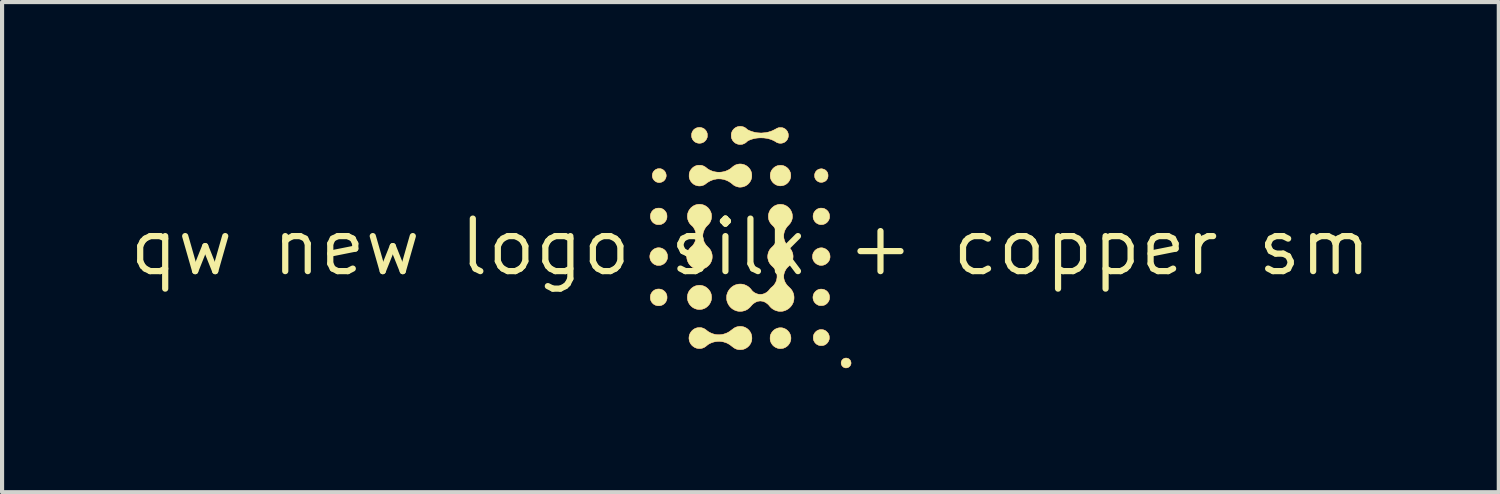
<source format=kicad_pcb>
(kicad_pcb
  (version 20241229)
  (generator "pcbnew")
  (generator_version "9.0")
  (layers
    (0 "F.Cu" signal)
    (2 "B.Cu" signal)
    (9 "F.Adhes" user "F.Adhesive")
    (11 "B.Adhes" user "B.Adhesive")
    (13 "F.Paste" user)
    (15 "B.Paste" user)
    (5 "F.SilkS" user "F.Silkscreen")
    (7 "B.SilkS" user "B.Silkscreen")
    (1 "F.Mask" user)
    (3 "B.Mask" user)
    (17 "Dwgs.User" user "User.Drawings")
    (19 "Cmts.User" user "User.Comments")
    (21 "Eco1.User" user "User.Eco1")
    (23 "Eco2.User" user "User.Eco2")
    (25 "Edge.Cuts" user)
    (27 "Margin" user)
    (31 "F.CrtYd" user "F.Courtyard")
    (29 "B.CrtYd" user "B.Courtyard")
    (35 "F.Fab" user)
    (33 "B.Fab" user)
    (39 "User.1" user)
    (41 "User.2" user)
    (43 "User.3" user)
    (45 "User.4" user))
  (footprint "qw new logo silk + copper sm"
    (layer "F.Cu")
    (at 15.096 2.926)
    (property "Reference" "qw new logo silk + copper sm" (at 0 0 0) (layer "F.SilkS") (effects (font (size 1.27 1.27) (thickness 0.15))))
    (attr through_hole)
    (fp_poly (pts (xy 2.328 2.683) (xy 2.35 2.688) (xy 2.37 2.696) (xy 2.388 2.709) (xy 2.404 2.724) (xy 2.417 2.743) (xy 2.426 2.764) (xy 2.431 2.783) (xy 2.433 2.806) (xy 2.43 2.828) (xy 2.422 2.848) (xy 2.412 2.867) (xy 2.398 2.884) (xy 2.381 2.898) (xy 2.362 2.909) (xy 2.342 2.917) (xy 2.32 2.92) (xy 2.298 2.92) (xy 2.284 2.917) (xy 2.261 2.908) (xy 2.241 2.896) (xy 2.224 2.879) (xy 2.21 2.86) (xy 2.2 2.839) (xy 2.195 2.818) (xy 2.193 2.795) (xy 2.197 2.773) (xy 2.205 2.751) (xy 2.217 2.732) (xy 2.232 2.714) (xy 2.251 2.7) (xy 2.262 2.694) (xy 2.284 2.685) (xy 2.306 2.682) (xy 2.328 2.683)) (stroke (width 0.01) (type solid)) (fill yes) (layer "F.Cu"))
    (fp_poly (pts (xy 1.751 -1.89) (xy 1.776 -1.882) (xy 1.8 -1.871) (xy 1.821 -1.856) (xy 1.84 -1.837) (xy 1.855 -1.816) (xy 1.865 -1.797) (xy 1.871 -1.777) (xy 1.875 -1.756) (xy 1.876 -1.74) (xy 1.876 -1.714) (xy 1.873 -1.692) (xy 1.866 -1.67) (xy 1.859 -1.653) (xy 1.845 -1.63) (xy 1.827 -1.61) (xy 1.806 -1.594) (xy 1.782 -1.582) (xy 1.757 -1.573) (xy 1.73 -1.568) (xy 1.702 -1.568) (xy 1.676 -1.571) (xy 1.651 -1.579) (xy 1.627 -1.592) (xy 1.605 -1.608) (xy 1.587 -1.628) (xy 1.571 -1.65) (xy 1.56 -1.674) (xy 1.556 -1.691) (xy 1.553 -1.71) (xy 1.552 -1.73) (xy 1.552 -1.75) (xy 1.555 -1.767) (xy 1.556 -1.77) (xy 1.565 -1.798) (xy 1.578 -1.822) (xy 1.595 -1.844) (xy 1.616 -1.862) (xy 1.621 -1.866) (xy 1.646 -1.88) (xy 1.671 -1.889) (xy 1.698 -1.893) (xy 1.724 -1.894) (xy 1.751 -1.89)) (stroke (width 0.01) (type solid)) (fill yes) (layer "F.Cu"))
    (fp_poly (pts (xy -2.185 -1.897) (xy -2.165 -1.894) (xy -2.146 -1.888) (xy -2.129 -1.88) (xy -2.112 -1.87) (xy -2.096 -1.857) (xy -2.08 -1.842) (xy -2.067 -1.825) (xy -2.057 -1.809) (xy -2.045 -1.782) (xy -2.039 -1.754) (xy -2.037 -1.726) (xy -2.04 -1.698) (xy -2.048 -1.671) (xy -2.06 -1.646) (xy -2.075 -1.624) (xy -2.094 -1.604) (xy -2.116 -1.588) (xy -2.14 -1.576) (xy -2.167 -1.567) (xy -2.193 -1.563) (xy -2.221 -1.563) (xy -2.245 -1.567) (xy -2.264 -1.573) (xy -2.279 -1.58) (xy -2.294 -1.588) (xy -2.302 -1.594) (xy -2.324 -1.612) (xy -2.342 -1.634) (xy -2.356 -1.657) (xy -2.366 -1.683) (xy -2.372 -1.71) (xy -2.373 -1.737) (xy -2.37 -1.764) (xy -2.362 -1.791) (xy -2.35 -1.817) (xy -2.349 -1.818) (xy -2.339 -1.832) (xy -2.326 -1.846) (xy -2.312 -1.86) (xy -2.297 -1.871) (xy -2.291 -1.875) (xy -2.266 -1.887) (xy -2.241 -1.895) (xy -2.214 -1.898) (xy -2.207 -1.898) (xy -2.185 -1.897)) (stroke (width 0.01) (type solid)) (fill yes) (layer "F.Cu"))
    (fp_poly (pts (xy 1.735 1.016) (xy 1.767 1.022) (xy 1.796 1.032) (xy 1.823 1.047) (xy 1.847 1.064) (xy 1.867 1.085) (xy 1.884 1.109) (xy 1.898 1.135) (xy 1.907 1.164) (xy 1.912 1.194) (xy 1.913 1.225) (xy 1.909 1.257) (xy 1.907 1.267) (xy 1.902 1.282) (xy 1.895 1.299) (xy 1.885 1.317) (xy 1.874 1.334) (xy 1.863 1.348) (xy 1.863 1.348) (xy 1.839 1.371) (xy 1.814 1.389) (xy 1.787 1.402) (xy 1.758 1.41) (xy 1.727 1.414) (xy 1.712 1.414) (xy 1.7 1.414) (xy 1.689 1.414) (xy 1.68 1.413) (xy 1.676 1.413) (xy 1.653 1.407) (xy 1.628 1.397) (xy 1.605 1.383) (xy 1.582 1.367) (xy 1.563 1.348) (xy 1.551 1.334) (xy 1.535 1.308) (xy 1.523 1.279) (xy 1.515 1.249) (xy 1.512 1.219) (xy 1.514 1.188) (xy 1.521 1.157) (xy 1.523 1.15) (xy 1.535 1.122) (xy 1.551 1.096) (xy 1.571 1.073) (xy 1.594 1.054) (xy 1.619 1.038) (xy 1.646 1.025) (xy 1.675 1.018) (xy 1.705 1.014) (xy 1.735 1.016)) (stroke (width 0.01) (type solid)) (fill yes) (layer "F.Cu"))
    (fp_poly (pts (xy -2.203 1.013) (xy -2.182 1.016) (xy -2.168 1.018) (xy -2.137 1.029) (xy -2.11 1.043) (xy -2.085 1.062) (xy -2.063 1.084) (xy -2.045 1.109) (xy -2.031 1.137) (xy -2.022 1.164) (xy -2.018 1.184) (xy -2.017 1.207) (xy -2.017 1.23) (xy -2.019 1.253) (xy -2.022 1.264) (xy -2.032 1.295) (xy -2.046 1.322) (xy -2.063 1.347) (xy -2.085 1.369) (xy -2.109 1.387) (xy -2.136 1.401) (xy -2.166 1.411) (xy -2.175 1.413) (xy -2.192 1.416) (xy -2.213 1.417) (xy -2.233 1.417) (xy -2.252 1.415) (xy -2.261 1.413) (xy -2.291 1.405) (xy -2.319 1.392) (xy -2.345 1.375) (xy -2.367 1.354) (xy -2.387 1.33) (xy -2.4 1.307) (xy -2.408 1.29) (xy -2.413 1.274) (xy -2.417 1.258) (xy -2.419 1.239) (xy -2.42 1.225) (xy -2.419 1.192) (xy -2.414 1.161) (xy -2.405 1.133) (xy -2.39 1.106) (xy -2.371 1.081) (xy -2.354 1.063) (xy -2.336 1.049) (xy -2.315 1.036) (xy -2.292 1.025) (xy -2.269 1.018) (xy -2.266 1.017) (xy -2.247 1.014) (xy -2.225 1.013) (xy -2.203 1.013)) (stroke (width 0.01) (type solid)) (fill yes) (layer "F.Cu"))
    (fp_poly (pts (xy 1.73 0.017) (xy 1.754 0.02) (xy 1.764 0.023) (xy 1.795 0.033) (xy 1.824 0.049) (xy 1.85 0.068) (xy 1.873 0.09) (xy 1.892 0.116) (xy 1.907 0.144) (xy 1.918 0.173) (xy 1.922 0.193) (xy 1.924 0.216) (xy 1.925 0.239) (xy 1.923 0.26) (xy 1.922 0.266) (xy 1.914 0.297) (xy 1.901 0.327) (xy 1.884 0.354) (xy 1.863 0.378) (xy 1.839 0.398) (xy 1.812 0.416) (xy 1.782 0.429) (xy 1.769 0.433) (xy 1.751 0.437) (xy 1.731 0.44) (xy 1.711 0.441) (xy 1.693 0.44) (xy 1.685 0.44) (xy 1.653 0.432) (xy 1.623 0.42) (xy 1.595 0.404) (xy 1.57 0.384) (xy 1.549 0.361) (xy 1.53 0.336) (xy 1.516 0.307) (xy 1.506 0.276) (xy 1.505 0.27) (xy 1.503 0.26) (xy 1.502 0.246) (xy 1.501 0.232) (xy 1.501 0.227) (xy 1.504 0.196) (xy 1.511 0.165) (xy 1.522 0.137) (xy 1.538 0.11) (xy 1.557 0.086) (xy 1.58 0.065) (xy 1.606 0.046) (xy 1.635 0.032) (xy 1.657 0.024) (xy 1.68 0.019) (xy 1.705 0.017) (xy 1.73 0.017)) (stroke (width 0.01) (type solid)) (fill yes) (layer "F.Cu"))
    (fp_poly (pts (xy 1.728 -0.943) (xy 1.75 -0.941) (xy 1.766 -0.938) (xy 1.796 -0.927) (xy 1.824 -0.911) (xy 1.848 -0.892) (xy 1.87 -0.87) (xy 1.888 -0.844) (xy 1.901 -0.815) (xy 1.908 -0.796) (xy 1.911 -0.78) (xy 1.913 -0.76) (xy 1.914 -0.74) (xy 1.913 -0.72) (xy 1.911 -0.702) (xy 1.909 -0.696) (xy 1.903 -0.678) (xy 1.894 -0.658) (xy 1.884 -0.639) (xy 1.873 -0.623) (xy 1.868 -0.617) (xy 1.849 -0.597) (xy 1.826 -0.579) (xy 1.802 -0.565) (xy 1.776 -0.554) (xy 1.762 -0.55) (xy 1.752 -0.548) (xy 1.739 -0.546) (xy 1.725 -0.545) (xy 1.71 -0.545) (xy 1.698 -0.544) (xy 1.689 -0.545) (xy 1.688 -0.545) (xy 1.663 -0.551) (xy 1.638 -0.56) (xy 1.615 -0.571) (xy 1.594 -0.585) (xy 1.588 -0.589) (xy 1.567 -0.61) (xy 1.548 -0.634) (xy 1.533 -0.662) (xy 1.522 -0.69) (xy 1.521 -0.692) (xy 1.517 -0.712) (xy 1.515 -0.735) (xy 1.515 -0.758) (xy 1.518 -0.78) (xy 1.521 -0.796) (xy 1.532 -0.826) (xy 1.548 -0.854) (xy 1.567 -0.879) (xy 1.59 -0.9) (xy 1.615 -0.918) (xy 1.644 -0.932) (xy 1.663 -0.938) (xy 1.682 -0.942) (xy 1.704 -0.944) (xy 1.728 -0.943)) (stroke (width 0.01) (type solid)) (fill yes) (layer "F.Cu"))
    (fp_poly (pts (xy 0.75 -1.978) (xy 0.771 -1.975) (xy 0.772 -1.975) (xy 0.807 -1.966) (xy 0.839 -1.952) (xy 0.87 -1.933) (xy 0.897 -1.911) (xy 0.921 -1.885) (xy 0.926 -1.879) (xy 0.936 -1.864) (xy 0.946 -1.847) (xy 0.955 -1.827) (xy 0.963 -1.809) (xy 0.968 -1.792) (xy 0.971 -1.776) (xy 0.973 -1.758) (xy 0.974 -1.737) (xy 0.974 -1.716) (xy 0.973 -1.696) (xy 0.97 -1.678) (xy 0.968 -1.671) (xy 0.957 -1.637) (xy 0.941 -1.606) (xy 0.922 -1.578) (xy 0.899 -1.553) (xy 0.874 -1.531) (xy 0.846 -1.513) (xy 0.816 -1.499) (xy 0.784 -1.489) (xy 0.751 -1.483) (xy 0.716 -1.482) (xy 0.7 -1.483) (xy 0.666 -1.49) (xy 0.633 -1.501) (xy 0.602 -1.516) (xy 0.574 -1.536) (xy 0.548 -1.559) (xy 0.525 -1.587) (xy 0.506 -1.617) (xy 0.492 -1.649) (xy 0.485 -1.673) (xy 0.481 -1.691) (xy 0.479 -1.712) (xy 0.479 -1.734) (xy 0.48 -1.756) (xy 0.482 -1.776) (xy 0.483 -1.782) (xy 0.494 -1.817) (xy 0.508 -1.849) (xy 0.527 -1.878) (xy 0.55 -1.904) (xy 0.575 -1.927) (xy 0.604 -1.947) (xy 0.636 -1.962) (xy 0.659 -1.97) (xy 0.68 -1.974) (xy 0.703 -1.977) (xy 0.727 -1.979) (xy 0.75 -1.978)) (stroke (width 0.01) (type solid)) (fill yes) (layer "F.Cu"))
    (fp_poly (pts (xy -1.205 0.923) (xy -1.17 0.929) (xy -1.136 0.939) (xy -1.102 0.953) (xy -1.07 0.972) (xy -1.04 0.995) (xy -1.027 1.008) (xy -1.001 1.037) (xy -0.979 1.069) (xy -0.962 1.102) (xy -0.95 1.137) (xy -0.943 1.175) (xy -0.94 1.213) (xy -0.941 1.228) (xy -0.943 1.259) (xy -0.949 1.287) (xy -0.958 1.315) (xy -0.969 1.34) (xy -0.987 1.373) (xy -1.01 1.403) (xy -1.036 1.43) (xy -1.065 1.454) (xy -1.096 1.474) (xy -1.13 1.489) (xy -1.165 1.5) (xy -1.177 1.502) (xy -1.191 1.504) (xy -1.207 1.506) (xy -1.223 1.507) (xy -1.239 1.508) (xy -1.252 1.507) (xy -1.255 1.507) (xy -1.293 1.501) (xy -1.329 1.491) (xy -1.363 1.476) (xy -1.396 1.457) (xy -1.425 1.434) (xy -1.451 1.408) (xy -1.474 1.379) (xy -1.493 1.346) (xy -1.508 1.311) (xy -1.511 1.303) (xy -1.518 1.278) (xy -1.523 1.254) (xy -1.524 1.228) (xy -1.525 1.214) (xy -1.522 1.176) (xy -1.515 1.139) (xy -1.503 1.103) (xy -1.486 1.07) (xy -1.464 1.038) (xy -1.438 1.009) (xy -1.438 1.008) (xy -1.409 0.983) (xy -1.378 0.962) (xy -1.345 0.945) (xy -1.311 0.933) (xy -1.276 0.926) (xy -1.241 0.922) (xy -1.205 0.923)) (stroke (width 0.01) (type solid)) (fill yes) (layer "F.Cu"))
    (fp_poly (pts (xy -1.201 -2.893) (xy -1.172 -2.885) (xy -1.143 -2.874) (xy -1.131 -2.867) (xy -1.121 -2.861) (xy -1.112 -2.854) (xy -1.102 -2.845) (xy -1.097 -2.84) (xy -1.083 -2.824) (xy -1.071 -2.809) (xy -1.062 -2.793) (xy -1.054 -2.775) (xy -1.051 -2.767) (xy -1.048 -2.758) (xy -1.046 -2.751) (xy -1.044 -2.744) (xy -1.043 -2.736) (xy -1.043 -2.727) (xy -1.043 -2.714) (xy -1.043 -2.704) (xy -1.043 -2.688) (xy -1.043 -2.676) (xy -1.044 -2.667) (xy -1.045 -2.659) (xy -1.047 -2.652) (xy -1.049 -2.644) (xy -1.049 -2.644) (xy -1.061 -2.616) (xy -1.077 -2.59) (xy -1.096 -2.568) (xy -1.118 -2.548) (xy -1.143 -2.533) (xy -1.157 -2.526) (xy -1.182 -2.518) (xy -1.21 -2.514) (xy -1.238 -2.512) (xy -1.265 -2.515) (xy -1.273 -2.516) (xy -1.304 -2.525) (xy -1.331 -2.538) (xy -1.356 -2.555) (xy -1.377 -2.576) (xy -1.395 -2.6) (xy -1.409 -2.628) (xy -1.418 -2.654) (xy -1.421 -2.673) (xy -1.423 -2.694) (xy -1.423 -2.717) (xy -1.421 -2.738) (xy -1.418 -2.754) (xy -1.407 -2.783) (xy -1.393 -2.81) (xy -1.375 -2.834) (xy -1.353 -2.854) (xy -1.328 -2.87) (xy -1.301 -2.883) (xy -1.271 -2.891) (xy -1.26 -2.893) (xy -1.23 -2.895) (xy -1.201 -2.893)) (stroke (width 0.01) (type solid)) (fill yes) (layer "F.Cu"))
    (fp_poly (pts (xy 1.733 1.994) (xy 1.764 2) (xy 1.777 2.004) (xy 1.796 2.011) (xy 1.811 2.019) (xy 1.826 2.029) (xy 1.841 2.042) (xy 1.85 2.051) (xy 1.862 2.063) (xy 1.871 2.074) (xy 1.878 2.084) (xy 1.885 2.095) (xy 1.893 2.113) (xy 1.899 2.128) (xy 1.903 2.143) (xy 1.905 2.159) (xy 1.907 2.179) (xy 1.907 2.179) (xy 1.907 2.194) (xy 1.907 2.206) (xy 1.906 2.215) (xy 1.905 2.225) (xy 1.903 2.233) (xy 1.893 2.262) (xy 1.879 2.289) (xy 1.861 2.314) (xy 1.84 2.336) (xy 1.815 2.354) (xy 1.789 2.368) (xy 1.764 2.376) (xy 1.751 2.379) (xy 1.734 2.381) (xy 1.716 2.381) (xy 1.699 2.381) (xy 1.683 2.38) (xy 1.674 2.379) (xy 1.643 2.369) (xy 1.615 2.356) (xy 1.589 2.338) (xy 1.567 2.316) (xy 1.548 2.29) (xy 1.541 2.278) (xy 1.533 2.261) (xy 1.527 2.245) (xy 1.523 2.229) (xy 1.521 2.21) (xy 1.52 2.188) (xy 1.521 2.167) (xy 1.523 2.149) (xy 1.526 2.133) (xy 1.532 2.117) (xy 1.54 2.099) (xy 1.543 2.094) (xy 1.553 2.078) (xy 1.566 2.061) (xy 1.582 2.045) (xy 1.598 2.031) (xy 1.614 2.02) (xy 1.642 2.006) (xy 1.672 1.997) (xy 1.702 1.993) (xy 1.733 1.994)) (stroke (width 0.01) (type solid)) (fill yes) (layer "F.Cu"))
    (fp_poly (pts (xy -2.2 -0.943) (xy -2.189 -0.943) (xy -2.18 -0.943) (xy -2.172 -0.941) (xy -2.165 -0.94) (xy -2.158 -0.937) (xy -2.155 -0.936) (xy -2.125 -0.923) (xy -2.098 -0.907) (xy -2.075 -0.886) (xy -2.055 -0.862) (xy -2.038 -0.835) (xy -2.026 -0.806) (xy -2.023 -0.794) (xy -2.02 -0.779) (xy -2.019 -0.762) (xy -2.018 -0.743) (xy -2.019 -0.724) (xy -2.02 -0.707) (xy -2.023 -0.694) (xy -2.023 -0.693) (xy -2.034 -0.663) (xy -2.048 -0.636) (xy -2.067 -0.611) (xy -2.089 -0.589) (xy -2.114 -0.572) (xy -2.123 -0.567) (xy -2.141 -0.558) (xy -2.157 -0.552) (xy -2.173 -0.548) (xy -2.191 -0.546) (xy -2.211 -0.545) (xy -2.212 -0.545) (xy -2.226 -0.545) (xy -2.239 -0.545) (xy -2.25 -0.545) (xy -2.257 -0.546) (xy -2.258 -0.546) (xy -2.289 -0.555) (xy -2.317 -0.568) (xy -2.343 -0.585) (xy -2.366 -0.606) (xy -2.385 -0.63) (xy -2.4 -0.657) (xy -2.411 -0.687) (xy -2.418 -0.718) (xy -2.418 -0.721) (xy -2.42 -0.751) (xy -2.417 -0.781) (xy -2.409 -0.81) (xy -2.397 -0.838) (xy -2.381 -0.863) (xy -2.362 -0.886) (xy -2.339 -0.906) (xy -2.313 -0.922) (xy -2.311 -0.923) (xy -2.296 -0.931) (xy -2.281 -0.936) (xy -2.267 -0.94) (xy -2.252 -0.942) (xy -2.234 -0.943) (xy -2.216 -0.944) (xy -2.2 -0.943)) (stroke (width 0.01) (type solid)) (fill yes) (layer "F.Cu"))
    (fp_poly (pts (xy 0.74 1.95) (xy 0.764 1.952) (xy 0.783 1.955) (xy 0.817 1.966) (xy 0.848 1.981) (xy 0.876 1.999) (xy 0.901 2.021) (xy 0.923 2.045) (xy 0.942 2.072) (xy 0.957 2.1) (xy 0.968 2.131) (xy 0.976 2.162) (xy 0.979 2.195) (xy 0.978 2.228) (xy 0.972 2.261) (xy 0.961 2.294) (xy 0.957 2.303) (xy 0.944 2.327) (xy 0.928 2.351) (xy 0.909 2.374) (xy 0.888 2.394) (xy 0.866 2.411) (xy 0.865 2.411) (xy 0.846 2.423) (xy 0.824 2.433) (xy 0.802 2.442) (xy 0.787 2.446) (xy 0.771 2.449) (xy 0.752 2.451) (xy 0.731 2.453) (xy 0.712 2.453) (xy 0.694 2.452) (xy 0.682 2.45) (xy 0.647 2.44) (xy 0.614 2.426) (xy 0.583 2.408) (xy 0.556 2.386) (xy 0.532 2.361) (xy 0.512 2.332) (xy 0.495 2.3) (xy 0.483 2.266) (xy 0.482 2.263) (xy 0.48 2.254) (xy 0.478 2.245) (xy 0.477 2.235) (xy 0.477 2.224) (xy 0.476 2.209) (xy 0.476 2.201) (xy 0.477 2.178) (xy 0.478 2.158) (xy 0.481 2.141) (xy 0.486 2.124) (xy 0.493 2.107) (xy 0.5 2.092) (xy 0.519 2.06) (xy 0.541 2.032) (xy 0.566 2.008) (xy 0.595 1.987) (xy 0.626 1.971) (xy 0.661 1.958) (xy 0.67 1.956) (xy 0.691 1.952) (xy 0.715 1.95) (xy 0.74 1.95)) (stroke (width 0.01) (type solid)) (fill yes) (layer "F.Cu"))
    (fp_poly (pts (xy -2.202 0.016) (xy -2.181 0.018) (xy -2.162 0.022) (xy -2.158 0.023) (xy -2.126 0.035) (xy -2.097 0.052) (xy -2.072 0.072) (xy -2.05 0.096) (xy -2.032 0.123) (xy -2.018 0.153) (xy -2.013 0.169) (xy -2.01 0.179) (xy -2.008 0.188) (xy -2.007 0.198) (xy -2.006 0.209) (xy -2.006 0.223) (xy -2.006 0.227) (xy -2.006 0.248) (xy -2.007 0.266) (xy -2.01 0.281) (xy -2.015 0.297) (xy -2.022 0.313) (xy -2.026 0.322) (xy -2.042 0.35) (xy -2.062 0.375) (xy -2.086 0.397) (xy -2.113 0.415) (xy -2.144 0.429) (xy -2.155 0.433) (xy -2.164 0.436) (xy -2.172 0.438) (xy -2.181 0.439) (xy -2.192 0.44) (xy -2.207 0.441) (xy -2.214 0.441) (xy -2.23 0.441) (xy -2.242 0.441) (xy -2.252 0.441) (xy -2.26 0.439) (xy -2.269 0.437) (xy -2.269 0.437) (xy -2.296 0.428) (xy -2.32 0.418) (xy -2.341 0.404) (xy -2.361 0.388) (xy -2.365 0.384) (xy -2.388 0.359) (xy -2.406 0.332) (xy -2.419 0.304) (xy -2.428 0.273) (xy -2.432 0.242) (xy -2.432 0.211) (xy -2.427 0.179) (xy -2.417 0.148) (xy -2.413 0.138) (xy -2.398 0.111) (xy -2.379 0.087) (xy -2.356 0.065) (xy -2.331 0.047) (xy -2.303 0.032) (xy -2.273 0.022) (xy -2.267 0.02) (xy -2.247 0.017) (xy -2.225 0.015) (xy -2.202 0.016)) (stroke (width 0.01) (type solid)) (fill yes) (layer "F.Cu"))
    (fp_poly (pts (xy -0.218 1.918) (xy -0.182 1.924) (xy -0.147 1.934) (xy -0.114 1.949) (xy -0.083 1.968) (xy -0.055 1.991) (xy -0.03 2.016) (xy -0.028 2.019) (xy -0.006 2.05) (xy 0.012 2.083) (xy 0.024 2.118) (xy 0.032 2.155) (xy 0.035 2.193) (xy 0.035 2.211) (xy 0.032 2.242) (xy 0.027 2.27) (xy 0.018 2.297) (xy 0.006 2.323) (xy -0.007 2.348) (xy -0.022 2.369) (xy -0.039 2.389) (xy -0.052 2.402) (xy -0.081 2.426) (xy -0.112 2.446) (xy -0.147 2.462) (xy -0.175 2.471) (xy -0.196 2.475) (xy -0.22 2.477) (xy -0.245 2.479) (xy -0.27 2.478) (xy -0.293 2.476) (xy -0.305 2.474) (xy -0.332 2.467) (xy -0.358 2.457) (xy -0.383 2.444) (xy -0.408 2.428) (xy -0.434 2.408) (xy -0.439 2.404) (xy -0.476 2.375) (xy -0.512 2.35) (xy -0.547 2.33) (xy -0.583 2.313) (xy -0.609 2.304) (xy -0.657 2.29) (xy -0.705 2.282) (xy -0.753 2.278) (xy -0.801 2.28) (xy -0.849 2.286) (xy -0.896 2.296) (xy -0.941 2.312) (xy -0.968 2.323) (xy -0.993 2.336) (xy -1.014 2.348) (xy -1.032 2.36) (xy -1.048 2.373) (xy -1.055 2.379) (xy -1.084 2.403) (xy -1.115 2.423) (xy -1.147 2.437) (xy -1.18 2.447) (xy -1.214 2.452) (xy -1.249 2.452) (xy -1.284 2.447) (xy -1.294 2.445) (xy -1.327 2.434) (xy -1.358 2.419) (xy -1.386 2.399) (xy -1.412 2.377) (xy -1.435 2.35) (xy -1.454 2.322) (xy -1.468 2.29) (xy -1.472 2.281) (xy -1.481 2.246) (xy -1.486 2.211) (xy -1.485 2.177) (xy -1.48 2.143) (xy -1.47 2.11) (xy -1.455 2.079) (xy -1.436 2.049) (xy -1.413 2.022) (xy -1.405 2.014) (xy -1.378 1.991) (xy -1.348 1.973) (xy -1.317 1.959) (xy -1.284 1.95) (xy -1.249 1.946) (xy -1.231 1.945) (xy -1.215 1.945) (xy -1.202 1.946) (xy -1.19 1.948) (xy -1.178 1.95) (xy -1.172 1.952) (xy -1.138 1.963) (xy -1.106 1.979) (xy -1.076 1.999) (xy -1.06 2.013) (xy -1.039 2.029) (xy -1.015 2.046) (xy -0.987 2.062) (xy -0.957 2.077) (xy -0.925 2.09) (xy -0.894 2.1) (xy -0.863 2.109) (xy -0.855 2.111) (xy -0.808 2.117) (xy -0.762 2.119) (xy -0.715 2.116) (xy -0.668 2.109) (xy -0.622 2.096) (xy -0.578 2.08) (xy -0.535 2.059) (xy -0.522 2.051) (xy -0.51 2.044) (xy -0.496 2.034) (xy -0.48 2.022) (xy -0.464 2.01) (xy -0.449 1.999) (xy -0.436 1.989) (xy -0.432 1.986) (xy -0.403 1.964) (xy -0.371 1.945) (xy -0.337 1.931) (xy -0.301 1.922) (xy -0.265 1.917) (xy -0.228 1.917) (xy -0.218 1.918)) (stroke (width 0.01) (type solid)) (fill yes) (layer "F.Cu"))
    (fp_poly (pts (xy -0.221 -2.919) (xy -0.19 -2.913) (xy -0.161 -2.904) (xy -0.133 -2.89) (xy -0.108 -2.873) (xy -0.087 -2.854) (xy -0.077 -2.845) (xy -0.063 -2.836) (xy -0.045 -2.827) (xy -0.024 -2.817) (xy -0.001 -2.808) (xy 0.024 -2.799) (xy 0.05 -2.79) (xy 0.077 -2.783) (xy 0.103 -2.776) (xy 0.115 -2.774) (xy 0.136 -2.77) (xy 0.155 -2.767) (xy 0.174 -2.764) (xy 0.194 -2.763) (xy 0.217 -2.761) (xy 0.218 -2.761) (xy 0.272 -2.76) (xy 0.327 -2.764) (xy 0.381 -2.771) (xy 0.434 -2.782) (xy 0.485 -2.797) (xy 0.512 -2.807) (xy 0.527 -2.813) (xy 0.544 -2.821) (xy 0.562 -2.83) (xy 0.58 -2.839) (xy 0.597 -2.847) (xy 0.611 -2.855) (xy 0.622 -2.862) (xy 0.643 -2.873) (xy 0.668 -2.883) (xy 0.683 -2.887) (xy 0.7 -2.89) (xy 0.72 -2.891) (xy 0.74 -2.891) (xy 0.76 -2.889) (xy 0.778 -2.886) (xy 0.778 -2.886) (xy 0.807 -2.876) (xy 0.833 -2.861) (xy 0.856 -2.843) (xy 0.876 -2.821) (xy 0.893 -2.797) (xy 0.905 -2.769) (xy 0.913 -2.743) (xy 0.917 -2.711) (xy 0.916 -2.68) (xy 0.91 -2.649) (xy 0.899 -2.619) (xy 0.896 -2.614) (xy 0.89 -2.601) (xy 0.884 -2.591) (xy 0.877 -2.582) (xy 0.868 -2.572) (xy 0.863 -2.567) (xy 0.839 -2.547) (xy 0.814 -2.531) (xy 0.786 -2.52) (xy 0.756 -2.514) (xy 0.726 -2.512) (xy 0.7 -2.514) (xy 0.675 -2.518) (xy 0.651 -2.526) (xy 0.627 -2.538) (xy 0.608 -2.551) (xy 0.595 -2.559) (xy 0.578 -2.568) (xy 0.559 -2.578) (xy 0.539 -2.587) (xy 0.519 -2.596) (xy 0.5 -2.603) (xy 0.495 -2.605) (xy 0.452 -2.618) (xy 0.409 -2.629) (xy 0.365 -2.636) (xy 0.319 -2.641) (xy 0.269 -2.642) (xy 0.254 -2.643) (xy 0.224 -2.642) (xy 0.198 -2.641) (xy 0.174 -2.639) (xy 0.15 -2.637) (xy 0.126 -2.633) (xy 0.104 -2.629) (xy 0.079 -2.623) (xy 0.053 -2.616) (xy 0.028 -2.609) (xy 0.004 -2.6) (xy -0.019 -2.591) (xy -0.039 -2.583) (xy -0.056 -2.574) (xy -0.07 -2.565) (xy -0.08 -2.558) (xy -0.081 -2.556) (xy -0.1 -2.538) (xy -0.121 -2.521) (xy -0.146 -2.507) (xy -0.171 -2.496) (xy -0.191 -2.489) (xy -0.208 -2.486) (xy -0.227 -2.484) (xy -0.247 -2.483) (xy -0.265 -2.483) (xy -0.273 -2.484) (xy -0.307 -2.491) (xy -0.338 -2.503) (xy -0.367 -2.518) (xy -0.392 -2.538) (xy -0.415 -2.561) (xy -0.434 -2.588) (xy -0.442 -2.604) (xy -0.45 -2.621) (xy -0.456 -2.636) (xy -0.46 -2.652) (xy -0.462 -2.67) (xy -0.463 -2.69) (xy -0.463 -2.703) (xy -0.463 -2.718) (xy -0.463 -2.73) (xy -0.462 -2.74) (xy -0.461 -2.748) (xy -0.459 -2.756) (xy -0.456 -2.764) (xy -0.444 -2.796) (xy -0.428 -2.825) (xy -0.408 -2.85) (xy -0.385 -2.872) (xy -0.359 -2.89) (xy -0.329 -2.905) (xy -0.298 -2.915) (xy -0.284 -2.917) (xy -0.253 -2.921) (xy -0.221 -2.919)) (stroke (width 0.01) (type solid)) (fill yes) (layer "F.Cu"))
    (fp_poly (pts (xy -1.194 -1.034) (xy -1.157 -1.026) (xy -1.121 -1.014) (xy -1.087 -0.997) (xy -1.055 -0.976) (xy -1.031 -0.956) (xy -1.011 -0.935) (xy -0.992 -0.91) (xy -0.976 -0.882) (xy -0.961 -0.854) (xy -0.951 -0.825) (xy -0.948 -0.817) (xy -0.942 -0.783) (xy -0.94 -0.749) (xy -0.942 -0.713) (xy -0.947 -0.679) (xy -0.956 -0.65) (xy -0.965 -0.626) (xy -0.976 -0.603) (xy -0.99 -0.582) (xy -1.006 -0.561) (xy -1.025 -0.54) (xy -1.049 -0.517) (xy -1.052 -0.514) (xy -1.064 -0.501) (xy -1.078 -0.484) (xy -1.092 -0.464) (xy -1.105 -0.442) (xy -1.115 -0.423) (xy -1.129 -0.391) (xy -1.14 -0.36) (xy -1.147 -0.329) (xy -1.151 -0.297) (xy -1.152 -0.271) (xy -1.151 -0.241) (xy -1.147 -0.213) (xy -1.141 -0.187) (xy -1.134 -0.162) (xy -1.122 -0.132) (xy -1.109 -0.105) (xy -1.094 -0.08) (xy -1.077 -0.055) (xy -1.056 -0.031) (xy -1.031 -0.005) (xy -1.018 0.008) (xy -1.006 0.02) (xy -0.996 0.032) (xy -0.987 0.042) (xy -0.981 0.049) (xy -0.98 0.051) (xy -0.961 0.081) (xy -0.946 0.115) (xy -0.934 0.151) (xy -0.928 0.179) (xy -0.926 0.199) (xy -0.925 0.223) (xy -0.925 0.248) (xy -0.927 0.272) (xy -0.93 0.294) (xy -0.933 0.306) (xy -0.945 0.342) (xy -0.962 0.377) (xy -0.982 0.409) (xy -1.006 0.438) (xy -1.034 0.464) (xy -1.064 0.487) (xy -1.097 0.505) (xy -1.132 0.52) (xy -1.169 0.53) (xy -1.181 0.532) (xy -1.2 0.534) (xy -1.221 0.535) (xy -1.243 0.535) (xy -1.264 0.535) (xy -1.282 0.533) (xy -1.285 0.532) (xy -1.324 0.523) (xy -1.36 0.509) (xy -1.393 0.491) (xy -1.424 0.469) (xy -1.452 0.443) (xy -1.477 0.414) (xy -1.498 0.383) (xy -1.515 0.348) (xy -1.528 0.311) (xy -1.533 0.292) (xy -1.536 0.276) (xy -1.538 0.256) (xy -1.539 0.235) (xy -1.539 0.215) (xy -1.538 0.196) (xy -1.537 0.187) (xy -1.529 0.15) (xy -1.517 0.113) (xy -1.501 0.079) (xy -1.48 0.047) (xy -1.456 0.017) (xy -1.428 -0.009) (xy -1.425 -0.011) (xy -1.402 -0.032) (xy -1.381 -0.057) (xy -1.363 -0.086) (xy -1.346 -0.117) (xy -1.332 -0.152) (xy -1.321 -0.188) (xy -1.317 -0.207) (xy -1.314 -0.226) (xy -1.312 -0.248) (xy -1.312 -0.272) (xy -1.313 -0.296) (xy -1.315 -0.319) (xy -1.318 -0.339) (xy -1.318 -0.34) (xy -1.325 -0.368) (xy -1.335 -0.396) (xy -1.346 -0.424) (xy -1.36 -0.449) (xy -1.374 -0.473) (xy -1.389 -0.493) (xy -1.404 -0.509) (xy -1.41 -0.514) (xy -1.439 -0.54) (xy -1.464 -0.568) (xy -1.484 -0.599) (xy -1.5 -0.631) (xy -1.512 -0.664) (xy -1.52 -0.699) (xy -1.524 -0.734) (xy -1.523 -0.769) (xy -1.518 -0.804) (xy -1.508 -0.838) (xy -1.494 -0.871) (xy -1.476 -0.903) (xy -1.453 -0.933) (xy -1.438 -0.95) (xy -1.409 -0.975) (xy -1.377 -0.997) (xy -1.344 -1.014) (xy -1.309 -1.026) (xy -1.272 -1.034) (xy -1.234 -1.036) (xy -1.232 -1.036) (xy -1.194 -1.034)) (stroke (width 0.01) (type solid)) (fill yes) (layer "F.Cu"))
    (fp_poly (pts (xy -0.231 -2.01) (xy -0.219 -2.009) (xy -0.182 -2.003) (xy -0.148 -1.992) (xy -0.115 -1.977) (xy -0.084 -1.958) (xy -0.056 -1.935) (xy -0.031 -1.909) (xy -0.01 -1.88) (xy 0.008 -1.848) (xy 0.021 -1.814) (xy 0.025 -1.801) (xy 0.028 -1.784) (xy 0.031 -1.766) (xy 0.032 -1.746) (xy 0.032 -1.743) (xy 0.033 -1.716) (xy 0.031 -1.691) (xy 0.027 -1.668) (xy 0.02 -1.645) (xy 0.02 -1.645) (xy 0.006 -1.609) (xy -0.013 -1.577) (xy -0.035 -1.548) (xy -0.061 -1.521) (xy -0.09 -1.499) (xy -0.122 -1.48) (xy -0.157 -1.466) (xy -0.18 -1.459) (xy -0.197 -1.455) (xy -0.217 -1.453) (xy -0.238 -1.451) (xy -0.258 -1.451) (xy -0.277 -1.452) (xy -0.286 -1.453) (xy -0.316 -1.46) (xy -0.347 -1.47) (xy -0.377 -1.484) (xy -0.4 -1.497) (xy -0.407 -1.502) (xy -0.417 -1.51) (xy -0.428 -1.519) (xy -0.438 -1.528) (xy -0.477 -1.558) (xy -0.518 -1.585) (xy -0.562 -1.608) (xy -0.608 -1.626) (xy -0.654 -1.64) (xy -0.667 -1.642) (xy -0.689 -1.646) (xy -0.715 -1.649) (xy -0.743 -1.65) (xy -0.771 -1.651) (xy -0.797 -1.65) (xy -0.821 -1.648) (xy -0.826 -1.647) (xy -0.874 -1.638) (xy -0.922 -1.623) (xy -0.968 -1.604) (xy -1.012 -1.581) (xy -1.053 -1.553) (xy -1.067 -1.543) (xy -1.087 -1.527) (xy -1.105 -1.515) (xy -1.122 -1.505) (xy -1.139 -1.498) (xy -1.158 -1.491) (xy -1.16 -1.49) (xy -1.194 -1.482) (xy -1.228 -1.479) (xy -1.262 -1.481) (xy -1.296 -1.488) (xy -1.329 -1.499) (xy -1.361 -1.515) (xy -1.372 -1.522) (xy -1.385 -1.532) (xy -1.4 -1.545) (xy -1.414 -1.559) (xy -1.428 -1.574) (xy -1.438 -1.587) (xy -1.44 -1.59) (xy -1.452 -1.61) (xy -1.464 -1.634) (xy -1.473 -1.657) (xy -1.476 -1.668) (xy -1.479 -1.676) (xy -1.48 -1.684) (xy -1.481 -1.693) (xy -1.482 -1.703) (xy -1.482 -1.717) (xy -1.482 -1.73) (xy -1.482 -1.748) (xy -1.481 -1.762) (xy -1.48 -1.773) (xy -1.479 -1.782) (xy -1.477 -1.789) (xy -1.466 -1.824) (xy -1.45 -1.856) (xy -1.429 -1.885) (xy -1.406 -1.911) (xy -1.379 -1.934) (xy -1.349 -1.953) (xy -1.316 -1.968) (xy -1.296 -1.974) (xy -1.288 -1.976) (xy -1.281 -1.978) (xy -1.272 -1.979) (xy -1.263 -1.979) (xy -1.25 -1.98) (xy -1.233 -1.98) (xy -1.232 -1.98) (xy -1.215 -1.98) (xy -1.203 -1.979) (xy -1.193 -1.979) (xy -1.185 -1.978) (xy -1.177 -1.976) (xy -1.169 -1.974) (xy -1.165 -1.973) (xy -1.144 -1.965) (xy -1.122 -1.955) (xy -1.102 -1.944) (xy -1.084 -1.932) (xy -1.068 -1.92) (xy -1.062 -1.914) (xy -1.056 -1.908) (xy -1.046 -1.901) (xy -1.033 -1.892) (xy -1.019 -1.883) (xy -1.005 -1.875) (xy -0.99 -1.866) (xy -0.976 -1.859) (xy -0.976 -1.859) (xy -0.932 -1.841) (xy -0.887 -1.826) (xy -0.839 -1.817) (xy -0.791 -1.812) (xy -0.743 -1.811) (xy -0.695 -1.815) (xy -0.647 -1.823) (xy -0.605 -1.835) (xy -0.567 -1.85) (xy -0.531 -1.867) (xy -0.496 -1.888) (xy -0.465 -1.91) (xy -0.441 -1.931) (xy -0.412 -1.955) (xy -0.383 -1.974) (xy -0.354 -1.989) (xy -0.322 -2) (xy -0.301 -2.005) (xy -0.276 -2.009) (xy -0.253 -2.011) (xy -0.231 -2.01)) (stroke (width 0.01) (type solid)) (fill yes) (layer "F.Cu"))
    (fp_poly (pts (xy 0.748 -1.034) (xy 0.786 -1.028) (xy 0.8 -1.025) (xy 0.834 -1.013) (xy 0.867 -0.997) (xy 0.898 -0.976) (xy 0.926 -0.952) (xy 0.95 -0.925) (xy 0.972 -0.895) (xy 0.989 -0.862) (xy 1.003 -0.828) (xy 1.004 -0.822) (xy 1.012 -0.785) (xy 1.015 -0.749) (xy 1.014 -0.712) (xy 1.007 -0.676) (xy 0.996 -0.641) (xy 0.98 -0.608) (xy 0.96 -0.576) (xy 0.936 -0.547) (xy 0.923 -0.533) (xy 0.893 -0.502) (xy 0.868 -0.469) (xy 0.846 -0.433) (xy 0.829 -0.397) (xy 0.816 -0.359) (xy 0.808 -0.32) (xy 0.804 -0.281) (xy 0.805 -0.241) (xy 0.811 -0.202) (xy 0.821 -0.167) (xy 0.835 -0.13) (xy 0.853 -0.095) (xy 0.874 -0.062) (xy 0.9 -0.03) (xy 0.929 0.001) (xy 0.951 0.023) (xy 0.968 0.044) (xy 0.982 0.064) (xy 0.995 0.086) (xy 1 0.095) (xy 1.014 0.131) (xy 1.025 0.166) (xy 1.03 0.202) (xy 1.031 0.24) (xy 1.03 0.245) (xy 1.026 0.285) (xy 1.017 0.323) (xy 1.003 0.359) (xy 0.985 0.393) (xy 0.962 0.424) (xy 0.934 0.454) (xy 0.913 0.473) (xy 0.896 0.489) (xy 0.879 0.509) (xy 0.862 0.531) (xy 0.847 0.556) (xy 0.834 0.582) (xy 0.823 0.607) (xy 0.821 0.613) (xy 0.811 0.649) (xy 0.805 0.687) (xy 0.805 0.725) (xy 0.809 0.763) (xy 0.818 0.8) (xy 0.821 0.807) (xy 0.835 0.842) (xy 0.854 0.876) (xy 0.876 0.908) (xy 0.901 0.937) (xy 0.919 0.954) (xy 0.942 0.976) (xy 0.961 0.995) (xy 0.978 1.013) (xy 0.991 1.03) (xy 1.003 1.047) (xy 1.014 1.065) (xy 1.021 1.079) (xy 1.036 1.113) (xy 1.046 1.147) (xy 1.052 1.182) (xy 1.054 1.219) (xy 1.054 1.222) (xy 1.052 1.262) (xy 1.045 1.301) (xy 1.034 1.338) (xy 1.02 1.368) (xy 1 1.404) (xy 0.975 1.436) (xy 0.947 1.465) (xy 0.916 1.491) (xy 0.882 1.512) (xy 0.845 1.53) (xy 0.806 1.543) (xy 0.782 1.548) (xy 0.762 1.551) (xy 0.739 1.552) (xy 0.714 1.552) (xy 0.69 1.551) (xy 0.669 1.548) (xy 0.664 1.547) (xy 0.623 1.536) (xy 0.585 1.521) (xy 0.549 1.501) (xy 0.516 1.478) (xy 0.486 1.45) (xy 0.463 1.424) (xy 0.439 1.395) (xy 0.412 1.37) (xy 0.382 1.348) (xy 0.352 1.33) (xy 0.321 1.316) (xy 0.318 1.315) (xy 0.287 1.307) (xy 0.255 1.303) (xy 0.222 1.303) (xy 0.19 1.307) (xy 0.16 1.315) (xy 0.156 1.317) (xy 0.125 1.331) (xy 0.095 1.349) (xy 0.065 1.371) (xy 0.038 1.396) (xy 0.017 1.421) (xy -0.012 1.453) (xy -0.043 1.481) (xy -0.076 1.505) (xy -0.111 1.524) (xy -0.148 1.538) (xy -0.187 1.547) (xy -0.227 1.552) (xy -0.268 1.552) (xy -0.273 1.552) (xy -0.302 1.548) (xy -0.329 1.543) (xy -0.355 1.534) (xy -0.383 1.522) (xy -0.392 1.518) (xy -0.427 1.498) (xy -0.459 1.474) (xy -0.488 1.446) (xy -0.513 1.415) (xy -0.535 1.381) (xy -0.552 1.344) (xy -0.566 1.305) (xy -0.571 1.284) (xy -0.573 1.269) (xy -0.575 1.25) (xy -0.575 1.229) (xy -0.575 1.208) (xy -0.574 1.187) (xy -0.572 1.169) (xy -0.571 1.158) (xy -0.559 1.118) (xy -0.544 1.081) (xy -0.524 1.047) (xy -0.5 1.014) (xy -0.474 0.986) (xy -0.443 0.959) (xy -0.41 0.937) (xy -0.375 0.919) (xy -0.338 0.906) (xy -0.306 0.898) (xy -0.29 0.895) (xy -0.271 0.894) (xy -0.25 0.893) (xy -0.228 0.893) (xy -0.208 0.895) (xy -0.191 0.897) (xy -0.187 0.897) (xy -0.151 0.907) (xy -0.115 0.921) (xy -0.081 0.938) (xy -0.049 0.959) (xy -0.02 0.983) (xy 0.005 1.009) (xy 0.019 1.027) (xy 0.03 1.043) (xy 0.041 1.055) (xy 0.053 1.067) (xy 0.066 1.079) (xy 0.097 1.101) (xy 0.13 1.118) (xy 0.163 1.131) (xy 0.198 1.14) (xy 0.233 1.143) (xy 0.268 1.141) (xy 0.304 1.135) (xy 0.32 1.13) (xy 0.352 1.117) (xy 0.383 1.1) (xy 0.412 1.079) (xy 0.437 1.055) (xy 0.457 1.031) (xy 0.475 1.008) (xy 0.496 0.986) (xy 0.519 0.966) (xy 0.526 0.96) (xy 0.55 0.939) (xy 0.572 0.914) (xy 0.592 0.885) (xy 0.61 0.855) (xy 0.624 0.823) (xy 0.63 0.807) (xy 0.639 0.768) (xy 0.644 0.729) (xy 0.644 0.691) (xy 0.64 0.652) (xy 0.63 0.615) (xy 0.617 0.578) (xy 0.598 0.544) (xy 0.576 0.511) (xy 0.549 0.481) (xy 0.526 0.459) (xy 0.501 0.435) (xy 0.478 0.407) (xy 0.459 0.379) (xy 0.442 0.345) (xy 0.43 0.31) (xy 0.422 0.274) (xy 0.418 0.237) (xy 0.42 0.2) (xy 0.425 0.164) (xy 0.435 0.129) (xy 0.449 0.095) (xy 0.467 0.063) (xy 0.49 0.033) (xy 0.51 0.012) (xy 0.527 -0.004) (xy 0.54 -0.017) (xy 0.551 -0.028) (xy 0.56 -0.038) (xy 0.567 -0.047) (xy 0.574 -0.055) (xy 0.58 -0.064) (xy 0.582 -0.066) (xy 0.604 -0.104) (xy 0.621 -0.143) (xy 0.634 -0.182) (xy 0.642 -0.223) (xy 0.645 -0.264) (xy 0.643 -0.305) (xy 0.637 -0.345) (xy 0.626 -0.385) (xy 0.61 -0.424) (xy 0.59 -0.461) (xy 0.584 -0.47) (xy 0.575 -0.482) (xy 0.565 -0.495) (xy 0.555 -0.506) (xy 0.55 -0.511) (xy 0.525 -0.535) (xy 0.504 -0.558) (xy 0.486 -0.58) (xy 0.472 -0.602) (xy 0.46 -0.624) (xy 0.45 -0.647) (xy 0.443 -0.671) (xy 0.439 -0.69) (xy 0.436 -0.713) (xy 0.435 -0.737) (xy 0.435 -0.761) (xy 0.436 -0.783) (xy 0.438 -0.793) (xy 0.448 -0.831) (xy 0.462 -0.866) (xy 0.48 -0.9) (xy 0.502 -0.93) (xy 0.529 -0.957) (xy 0.558 -0.981) (xy 0.591 -1.002) (xy 0.602 -1.007) (xy 0.638 -1.021) (xy 0.674 -1.031) (xy 0.711 -1.035) (xy 0.748 -1.034)) (stroke (width 0.01) (type solid)) (fill yes) (layer "F.Cu"))
    (fp_poly (pts (xy 2.328 2.683) (xy 2.35 2.688) (xy 2.37 2.696) (xy 2.388 2.709) (xy 2.404 2.724) (xy 2.417 2.743) (xy 2.426 2.764) (xy 2.431 2.783) (xy 2.433 2.806) (xy 2.43 2.828) (xy 2.422 2.848) (xy 2.412 2.867) (xy 2.398 2.884) (xy 2.381 2.898) (xy 2.362 2.909) (xy 2.342 2.917) (xy 2.32 2.92) (xy 2.298 2.92) (xy 2.284 2.917) (xy 2.261 2.908) (xy 2.241 2.896) (xy 2.224 2.879) (xy 2.21 2.86) (xy 2.2 2.839) (xy 2.195 2.818) (xy 2.193 2.795) (xy 2.197 2.773) (xy 2.205 2.751) (xy 2.217 2.732) (xy 2.232 2.714) (xy 2.251 2.7) (xy 2.262 2.694) (xy 2.284 2.685) (xy 2.306 2.682) (xy 2.328 2.683)) (stroke (width 0.01) (type solid)) (fill yes) (layer "F.SilkS"))
    (fp_poly (pts (xy 1.751 -1.89) (xy 1.776 -1.882) (xy 1.8 -1.871) (xy 1.821 -1.856) (xy 1.84 -1.837) (xy 1.855 -1.816) (xy 1.865 -1.797) (xy 1.871 -1.777) (xy 1.875 -1.756) (xy 1.876 -1.74) (xy 1.876 -1.714) (xy 1.873 -1.692) (xy 1.866 -1.67) (xy 1.859 -1.653) (xy 1.845 -1.63) (xy 1.827 -1.61) (xy 1.806 -1.594) (xy 1.782 -1.582) (xy 1.757 -1.573) (xy 1.73 -1.568) (xy 1.702 -1.568) (xy 1.676 -1.571) (xy 1.651 -1.579) (xy 1.627 -1.592) (xy 1.605 -1.608) (xy 1.587 -1.628) (xy 1.571 -1.65) (xy 1.56 -1.674) (xy 1.556 -1.691) (xy 1.553 -1.71) (xy 1.552 -1.73) (xy 1.552 -1.75) (xy 1.555 -1.767) (xy 1.556 -1.77) (xy 1.565 -1.798) (xy 1.578 -1.822) (xy 1.595 -1.844) (xy 1.616 -1.862) (xy 1.621 -1.866) (xy 1.646 -1.88) (xy 1.671 -1.889) (xy 1.698 -1.893) (xy 1.724 -1.894) (xy 1.751 -1.89)) (stroke (width 0.01) (type solid)) (fill yes) (layer "F.SilkS"))
    (fp_poly (pts (xy -2.185 -1.897) (xy -2.165 -1.894) (xy -2.146 -1.888) (xy -2.129 -1.88) (xy -2.112 -1.87) (xy -2.096 -1.857) (xy -2.08 -1.842) (xy -2.067 -1.825) (xy -2.057 -1.809) (xy -2.045 -1.782) (xy -2.039 -1.754) (xy -2.037 -1.726) (xy -2.04 -1.698) (xy -2.048 -1.671) (xy -2.06 -1.646) (xy -2.075 -1.624) (xy -2.094 -1.604) (xy -2.116 -1.588) (xy -2.14 -1.576) (xy -2.167 -1.567) (xy -2.193 -1.563) (xy -2.221 -1.563) (xy -2.245 -1.567) (xy -2.264 -1.573) (xy -2.279 -1.58) (xy -2.294 -1.588) (xy -2.302 -1.594) (xy -2.324 -1.612) (xy -2.342 -1.634) (xy -2.356 -1.657) (xy -2.366 -1.683) (xy -2.372 -1.71) (xy -2.373 -1.737) (xy -2.37 -1.764) (xy -2.362 -1.791) (xy -2.35 -1.817) (xy -2.349 -1.818) (xy -2.339 -1.832) (xy -2.326 -1.846) (xy -2.312 -1.86) (xy -2.297 -1.871) (xy -2.291 -1.875) (xy -2.266 -1.887) (xy -2.241 -1.895) (xy -2.214 -1.898) (xy -2.207 -1.898) (xy -2.185 -1.897)) (stroke (width 0.01) (type solid)) (fill yes) (layer "F.SilkS"))
    (fp_poly (pts (xy 1.735 1.016) (xy 1.767 1.022) (xy 1.796 1.032) (xy 1.823 1.047) (xy 1.847 1.064) (xy 1.867 1.085) (xy 1.884 1.109) (xy 1.898 1.135) (xy 1.907 1.164) (xy 1.912 1.194) (xy 1.913 1.225) (xy 1.909 1.257) (xy 1.907 1.267) (xy 1.902 1.282) (xy 1.895 1.299) (xy 1.885 1.317) (xy 1.874 1.334) (xy 1.863 1.348) (xy 1.863 1.348) (xy 1.839 1.371) (xy 1.814 1.389) (xy 1.787 1.402) (xy 1.758 1.41) (xy 1.727 1.414) (xy 1.712 1.414) (xy 1.7 1.414) (xy 1.689 1.414) (xy 1.68 1.413) (xy 1.676 1.413) (xy 1.653 1.407) (xy 1.628 1.397) (xy 1.605 1.383) (xy 1.582 1.367) (xy 1.563 1.348) (xy 1.551 1.334) (xy 1.535 1.308) (xy 1.523 1.279) (xy 1.515 1.249) (xy 1.512 1.219) (xy 1.514 1.188) (xy 1.521 1.157) (xy 1.523 1.15) (xy 1.535 1.122) (xy 1.551 1.096) (xy 1.571 1.073) (xy 1.594 1.054) (xy 1.619 1.038) (xy 1.646 1.025) (xy 1.675 1.018) (xy 1.705 1.014) (xy 1.735 1.016)) (stroke (width 0.01) (type solid)) (fill yes) (layer "F.SilkS"))
    (fp_poly (pts (xy -2.203 1.013) (xy -2.182 1.016) (xy -2.168 1.018) (xy -2.137 1.029) (xy -2.11 1.043) (xy -2.085 1.062) (xy -2.063 1.084) (xy -2.045 1.109) (xy -2.031 1.137) (xy -2.022 1.164) (xy -2.018 1.184) (xy -2.017 1.207) (xy -2.017 1.23) (xy -2.019 1.253) (xy -2.022 1.264) (xy -2.032 1.295) (xy -2.046 1.322) (xy -2.063 1.347) (xy -2.085 1.369) (xy -2.109 1.387) (xy -2.136 1.401) (xy -2.166 1.411) (xy -2.175 1.413) (xy -2.192 1.416) (xy -2.213 1.417) (xy -2.233 1.417) (xy -2.252 1.415) (xy -2.261 1.413) (xy -2.291 1.405) (xy -2.319 1.392) (xy -2.345 1.375) (xy -2.367 1.354) (xy -2.387 1.33) (xy -2.4 1.307) (xy -2.408 1.29) (xy -2.413 1.274) (xy -2.417 1.258) (xy -2.419 1.239) (xy -2.42 1.225) (xy -2.419 1.192) (xy -2.414 1.161) (xy -2.405 1.133) (xy -2.39 1.106) (xy -2.371 1.081) (xy -2.354 1.063) (xy -2.336 1.049) (xy -2.315 1.036) (xy -2.292 1.025) (xy -2.269 1.018) (xy -2.266 1.017) (xy -2.247 1.014) (xy -2.225 1.013) (xy -2.203 1.013)) (stroke (width 0.01) (type solid)) (fill yes) (layer "F.SilkS"))
    (fp_poly (pts (xy 1.73 0.017) (xy 1.754 0.02) (xy 1.764 0.023) (xy 1.795 0.033) (xy 1.824 0.049) (xy 1.85 0.068) (xy 1.873 0.09) (xy 1.892 0.116) (xy 1.907 0.144) (xy 1.918 0.173) (xy 1.922 0.193) (xy 1.924 0.216) (xy 1.925 0.239) (xy 1.923 0.26) (xy 1.922 0.266) (xy 1.914 0.297) (xy 1.901 0.327) (xy 1.884 0.354) (xy 1.863 0.378) (xy 1.839 0.398) (xy 1.812 0.416) (xy 1.782 0.429) (xy 1.769 0.433) (xy 1.751 0.437) (xy 1.731 0.44) (xy 1.711 0.441) (xy 1.693 0.44) (xy 1.685 0.44) (xy 1.653 0.432) (xy 1.623 0.42) (xy 1.595 0.404) (xy 1.57 0.384) (xy 1.549 0.361) (xy 1.53 0.336) (xy 1.516 0.307) (xy 1.506 0.276) (xy 1.505 0.27) (xy 1.503 0.26) (xy 1.502 0.246) (xy 1.501 0.232) (xy 1.501 0.227) (xy 1.504 0.196) (xy 1.511 0.165) (xy 1.522 0.137) (xy 1.538 0.11) (xy 1.557 0.086) (xy 1.58 0.065) (xy 1.606 0.046) (xy 1.635 0.032) (xy 1.657 0.024) (xy 1.68 0.019) (xy 1.705 0.017) (xy 1.73 0.017)) (stroke (width 0.01) (type solid)) (fill yes) (layer "F.SilkS"))
    (fp_poly (pts (xy 1.728 -0.943) (xy 1.75 -0.941) (xy 1.766 -0.938) (xy 1.796 -0.927) (xy 1.824 -0.911) (xy 1.848 -0.892) (xy 1.87 -0.87) (xy 1.888 -0.844) (xy 1.901 -0.815) (xy 1.908 -0.796) (xy 1.911 -0.78) (xy 1.913 -0.76) (xy 1.914 -0.74) (xy 1.913 -0.72) (xy 1.911 -0.702) (xy 1.909 -0.696) (xy 1.903 -0.678) (xy 1.894 -0.658) (xy 1.884 -0.639) (xy 1.873 -0.623) (xy 1.868 -0.617) (xy 1.849 -0.597) (xy 1.826 -0.579) (xy 1.802 -0.565) (xy 1.776 -0.554) (xy 1.762 -0.55) (xy 1.752 -0.548) (xy 1.739 -0.546) (xy 1.725 -0.545) (xy 1.71 -0.545) (xy 1.698 -0.544) (xy 1.689 -0.545) (xy 1.688 -0.545) (xy 1.663 -0.551) (xy 1.638 -0.56) (xy 1.615 -0.571) (xy 1.594 -0.585) (xy 1.588 -0.589) (xy 1.567 -0.61) (xy 1.548 -0.634) (xy 1.533 -0.662) (xy 1.522 -0.69) (xy 1.521 -0.692) (xy 1.517 -0.712) (xy 1.515 -0.735) (xy 1.515 -0.758) (xy 1.518 -0.78) (xy 1.521 -0.796) (xy 1.532 -0.826) (xy 1.548 -0.854) (xy 1.567 -0.879) (xy 1.59 -0.9) (xy 1.615 -0.918) (xy 1.644 -0.932) (xy 1.663 -0.938) (xy 1.682 -0.942) (xy 1.704 -0.944) (xy 1.728 -0.943)) (stroke (width 0.01) (type solid)) (fill yes) (layer "F.SilkS"))
    (fp_poly (pts (xy 0.75 -1.978) (xy 0.771 -1.975) (xy 0.772 -1.975) (xy 0.807 -1.966) (xy 0.839 -1.952) (xy 0.87 -1.933) (xy 0.897 -1.911) (xy 0.921 -1.885) (xy 0.926 -1.879) (xy 0.936 -1.864) (xy 0.946 -1.847) (xy 0.955 -1.827) (xy 0.963 -1.809) (xy 0.968 -1.792) (xy 0.971 -1.776) (xy 0.973 -1.758) (xy 0.974 -1.737) (xy 0.974 -1.716) (xy 0.973 -1.696) (xy 0.97 -1.678) (xy 0.968 -1.671) (xy 0.957 -1.637) (xy 0.941 -1.606) (xy 0.922 -1.578) (xy 0.899 -1.553) (xy 0.874 -1.531) (xy 0.846 -1.513) (xy 0.816 -1.499) (xy 0.784 -1.489) (xy 0.751 -1.483) (xy 0.716 -1.482) (xy 0.7 -1.483) (xy 0.666 -1.49) (xy 0.633 -1.501) (xy 0.602 -1.516) (xy 0.574 -1.536) (xy 0.548 -1.559) (xy 0.525 -1.587) (xy 0.506 -1.617) (xy 0.492 -1.649) (xy 0.485 -1.673) (xy 0.481 -1.691) (xy 0.479 -1.712) (xy 0.479 -1.734) (xy 0.48 -1.756) (xy 0.482 -1.776) (xy 0.483 -1.782) (xy 0.494 -1.817) (xy 0.508 -1.849) (xy 0.527 -1.878) (xy 0.55 -1.904) (xy 0.575 -1.927) (xy 0.604 -1.947) (xy 0.636 -1.962) (xy 0.659 -1.97) (xy 0.68 -1.974) (xy 0.703 -1.977) (xy 0.727 -1.979) (xy 0.75 -1.978)) (stroke (width 0.01) (type solid)) (fill yes) (layer "F.SilkS"))
    (fp_poly (pts (xy -1.205 0.923) (xy -1.17 0.929) (xy -1.136 0.939) (xy -1.102 0.953) (xy -1.07 0.972) (xy -1.04 0.995) (xy -1.027 1.008) (xy -1.001 1.037) (xy -0.979 1.069) (xy -0.962 1.102) (xy -0.95 1.137) (xy -0.943 1.175) (xy -0.94 1.213) (xy -0.941 1.228) (xy -0.943 1.259) (xy -0.949 1.287) (xy -0.958 1.315) (xy -0.969 1.34) (xy -0.987 1.373) (xy -1.01 1.403) (xy -1.036 1.43) (xy -1.065 1.454) (xy -1.096 1.474) (xy -1.13 1.489) (xy -1.165 1.5) (xy -1.177 1.502) (xy -1.191 1.504) (xy -1.207 1.506) (xy -1.223 1.507) (xy -1.239 1.508) (xy -1.252 1.507) (xy -1.255 1.507) (xy -1.293 1.501) (xy -1.329 1.491) (xy -1.363 1.476) (xy -1.396 1.457) (xy -1.425 1.434) (xy -1.451 1.408) (xy -1.474 1.379) (xy -1.493 1.346) (xy -1.508 1.311) (xy -1.511 1.303) (xy -1.518 1.278) (xy -1.523 1.254) (xy -1.524 1.228) (xy -1.525 1.214) (xy -1.522 1.176) (xy -1.515 1.139) (xy -1.503 1.103) (xy -1.486 1.07) (xy -1.464 1.038) (xy -1.438 1.009) (xy -1.438 1.008) (xy -1.409 0.983) (xy -1.378 0.962) (xy -1.345 0.945) (xy -1.311 0.933) (xy -1.276 0.926) (xy -1.241 0.922) (xy -1.205 0.923)) (stroke (width 0.01) (type solid)) (fill yes) (layer "F.SilkS"))
    (fp_poly (pts (xy -1.201 -2.893) (xy -1.172 -2.885) (xy -1.143 -2.874) (xy -1.131 -2.867) (xy -1.121 -2.861) (xy -1.112 -2.854) (xy -1.102 -2.845) (xy -1.097 -2.84) (xy -1.083 -2.824) (xy -1.071 -2.809) (xy -1.062 -2.793) (xy -1.054 -2.775) (xy -1.051 -2.767) (xy -1.048 -2.758) (xy -1.046 -2.751) (xy -1.044 -2.744) (xy -1.043 -2.736) (xy -1.043 -2.727) (xy -1.043 -2.714) (xy -1.043 -2.704) (xy -1.043 -2.688) (xy -1.043 -2.676) (xy -1.044 -2.667) (xy -1.045 -2.659) (xy -1.047 -2.652) (xy -1.049 -2.644) (xy -1.049 -2.644) (xy -1.061 -2.616) (xy -1.077 -2.59) (xy -1.096 -2.568) (xy -1.118 -2.548) (xy -1.143 -2.533) (xy -1.157 -2.526) (xy -1.182 -2.518) (xy -1.21 -2.514) (xy -1.238 -2.512) (xy -1.265 -2.515) (xy -1.273 -2.516) (xy -1.304 -2.525) (xy -1.331 -2.538) (xy -1.356 -2.555) (xy -1.377 -2.576) (xy -1.395 -2.6) (xy -1.409 -2.628) (xy -1.418 -2.654) (xy -1.421 -2.673) (xy -1.423 -2.694) (xy -1.423 -2.717) (xy -1.421 -2.738) (xy -1.418 -2.754) (xy -1.407 -2.783) (xy -1.393 -2.81) (xy -1.375 -2.834) (xy -1.353 -2.854) (xy -1.328 -2.87) (xy -1.301 -2.883) (xy -1.271 -2.891) (xy -1.26 -2.893) (xy -1.23 -2.895) (xy -1.201 -2.893)) (stroke (width 0.01) (type solid)) (fill yes) (layer "F.SilkS"))
    (fp_poly (pts (xy 1.733 1.994) (xy 1.764 2) (xy 1.777 2.004) (xy 1.796 2.011) (xy 1.811 2.019) (xy 1.826 2.029) (xy 1.841 2.042) (xy 1.85 2.051) (xy 1.862 2.063) (xy 1.871 2.074) (xy 1.878 2.084) (xy 1.885 2.095) (xy 1.893 2.113) (xy 1.899 2.128) (xy 1.903 2.143) (xy 1.905 2.159) (xy 1.907 2.179) (xy 1.907 2.179) (xy 1.907 2.194) (xy 1.907 2.206) (xy 1.906 2.215) (xy 1.905 2.225) (xy 1.903 2.233) (xy 1.893 2.262) (xy 1.879 2.289) (xy 1.861 2.314) (xy 1.84 2.336) (xy 1.815 2.354) (xy 1.789 2.368) (xy 1.764 2.376) (xy 1.751 2.379) (xy 1.734 2.381) (xy 1.716 2.381) (xy 1.699 2.381) (xy 1.683 2.38) (xy 1.674 2.379) (xy 1.643 2.369) (xy 1.615 2.356) (xy 1.589 2.338) (xy 1.567 2.316) (xy 1.548 2.29) (xy 1.541 2.278) (xy 1.533 2.261) (xy 1.527 2.245) (xy 1.523 2.229) (xy 1.521 2.21) (xy 1.52 2.188) (xy 1.521 2.167) (xy 1.523 2.149) (xy 1.526 2.133) (xy 1.532 2.117) (xy 1.54 2.099) (xy 1.543 2.094) (xy 1.553 2.078) (xy 1.566 2.061) (xy 1.582 2.045) (xy 1.598 2.031) (xy 1.614 2.02) (xy 1.642 2.006) (xy 1.672 1.997) (xy 1.702 1.993) (xy 1.733 1.994)) (stroke (width 0.01) (type solid)) (fill yes) (layer "F.SilkS"))
    (fp_poly (pts (xy -2.2 -0.943) (xy -2.189 -0.943) (xy -2.18 -0.943) (xy -2.172 -0.941) (xy -2.165 -0.94) (xy -2.158 -0.937) (xy -2.155 -0.936) (xy -2.125 -0.923) (xy -2.098 -0.907) (xy -2.075 -0.886) (xy -2.055 -0.862) (xy -2.038 -0.835) (xy -2.026 -0.806) (xy -2.023 -0.794) (xy -2.02 -0.779) (xy -2.019 -0.762) (xy -2.018 -0.743) (xy -2.019 -0.724) (xy -2.02 -0.707) (xy -2.023 -0.694) (xy -2.023 -0.693) (xy -2.034 -0.663) (xy -2.048 -0.636) (xy -2.067 -0.611) (xy -2.089 -0.589) (xy -2.114 -0.572) (xy -2.123 -0.567) (xy -2.141 -0.558) (xy -2.157 -0.552) (xy -2.173 -0.548) (xy -2.191 -0.546) (xy -2.211 -0.545) (xy -2.212 -0.545) (xy -2.226 -0.545) (xy -2.239 -0.545) (xy -2.25 -0.545) (xy -2.257 -0.546) (xy -2.258 -0.546) (xy -2.289 -0.555) (xy -2.317 -0.568) (xy -2.343 -0.585) (xy -2.366 -0.606) (xy -2.385 -0.63) (xy -2.4 -0.657) (xy -2.411 -0.687) (xy -2.418 -0.718) (xy -2.418 -0.721) (xy -2.42 -0.751) (xy -2.417 -0.781) (xy -2.409 -0.81) (xy -2.397 -0.838) (xy -2.381 -0.863) (xy -2.362 -0.886) (xy -2.339 -0.906) (xy -2.313 -0.922) (xy -2.311 -0.923) (xy -2.296 -0.931) (xy -2.281 -0.936) (xy -2.267 -0.94) (xy -2.252 -0.942) (xy -2.234 -0.943) (xy -2.216 -0.944) (xy -2.2 -0.943)) (stroke (width 0.01) (type solid)) (fill yes) (layer "F.SilkS"))
    (fp_poly (pts (xy 0.74 1.95) (xy 0.764 1.952) (xy 0.783 1.955) (xy 0.817 1.966) (xy 0.848 1.981) (xy 0.876 1.999) (xy 0.901 2.021) (xy 0.923 2.045) (xy 0.942 2.072) (xy 0.957 2.1) (xy 0.968 2.131) (xy 0.976 2.162) (xy 0.979 2.195) (xy 0.978 2.228) (xy 0.972 2.261) (xy 0.961 2.294) (xy 0.957 2.303) (xy 0.944 2.327) (xy 0.928 2.351) (xy 0.909 2.374) (xy 0.888 2.394) (xy 0.866 2.411) (xy 0.865 2.411) (xy 0.846 2.423) (xy 0.824 2.433) (xy 0.802 2.442) (xy 0.787 2.446) (xy 0.771 2.449) (xy 0.752 2.451) (xy 0.731 2.453) (xy 0.712 2.453) (xy 0.694 2.452) (xy 0.682 2.45) (xy 0.647 2.44) (xy 0.614 2.426) (xy 0.583 2.408) (xy 0.556 2.386) (xy 0.532 2.361) (xy 0.512 2.332) (xy 0.495 2.3) (xy 0.483 2.266) (xy 0.482 2.263) (xy 0.48 2.254) (xy 0.478 2.245) (xy 0.477 2.235) (xy 0.477 2.224) (xy 0.476 2.209) (xy 0.476 2.201) (xy 0.477 2.178) (xy 0.478 2.158) (xy 0.481 2.141) (xy 0.486 2.124) (xy 0.493 2.107) (xy 0.5 2.092) (xy 0.519 2.06) (xy 0.541 2.032) (xy 0.566 2.008) (xy 0.595 1.987) (xy 0.626 1.971) (xy 0.661 1.958) (xy 0.67 1.956) (xy 0.691 1.952) (xy 0.715 1.95) (xy 0.74 1.95)) (stroke (width 0.01) (type solid)) (fill yes) (layer "F.SilkS"))
    (fp_poly (pts (xy -2.202 0.016) (xy -2.181 0.018) (xy -2.162 0.022) (xy -2.158 0.023) (xy -2.126 0.035) (xy -2.097 0.052) (xy -2.072 0.072) (xy -2.05 0.096) (xy -2.032 0.123) (xy -2.018 0.153) (xy -2.013 0.169) (xy -2.01 0.179) (xy -2.008 0.188) (xy -2.007 0.198) (xy -2.006 0.209) (xy -2.006 0.223) (xy -2.006 0.227) (xy -2.006 0.248) (xy -2.007 0.266) (xy -2.01 0.281) (xy -2.015 0.297) (xy -2.022 0.313) (xy -2.026 0.322) (xy -2.042 0.35) (xy -2.062 0.375) (xy -2.086 0.397) (xy -2.113 0.415) (xy -2.144 0.429) (xy -2.155 0.433) (xy -2.164 0.436) (xy -2.172 0.438) (xy -2.181 0.439) (xy -2.192 0.44) (xy -2.207 0.441) (xy -2.214 0.441) (xy -2.23 0.441) (xy -2.242 0.441) (xy -2.252 0.441) (xy -2.26 0.439) (xy -2.269 0.437) (xy -2.269 0.437) (xy -2.296 0.428) (xy -2.32 0.418) (xy -2.341 0.404) (xy -2.361 0.388) (xy -2.365 0.384) (xy -2.388 0.359) (xy -2.406 0.332) (xy -2.419 0.304) (xy -2.428 0.273) (xy -2.432 0.242) (xy -2.432 0.211) (xy -2.427 0.179) (xy -2.417 0.148) (xy -2.413 0.138) (xy -2.398 0.111) (xy -2.379 0.087) (xy -2.356 0.065) (xy -2.331 0.047) (xy -2.303 0.032) (xy -2.273 0.022) (xy -2.267 0.02) (xy -2.247 0.017) (xy -2.225 0.015) (xy -2.202 0.016)) (stroke (width 0.01) (type solid)) (fill yes) (layer "F.SilkS"))
    (fp_poly (pts (xy -0.218 1.918) (xy -0.182 1.924) (xy -0.147 1.934) (xy -0.114 1.949) (xy -0.083 1.968) (xy -0.055 1.991) (xy -0.03 2.016) (xy -0.028 2.019) (xy -0.006 2.05) (xy 0.012 2.083) (xy 0.024 2.118) (xy 0.032 2.155) (xy 0.035 2.193) (xy 0.035 2.211) (xy 0.032 2.242) (xy 0.027 2.27) (xy 0.018 2.297) (xy 0.006 2.323) (xy -0.007 2.348) (xy -0.022 2.369) (xy -0.039 2.389) (xy -0.052 2.402) (xy -0.081 2.426) (xy -0.112 2.446) (xy -0.147 2.462) (xy -0.175 2.471) (xy -0.196 2.475) (xy -0.22 2.477) (xy -0.245 2.479) (xy -0.27 2.478) (xy -0.293 2.476) (xy -0.305 2.474) (xy -0.332 2.467) (xy -0.358 2.457) (xy -0.383 2.444) (xy -0.408 2.428) (xy -0.434 2.408) (xy -0.439 2.404) (xy -0.476 2.375) (xy -0.512 2.35) (xy -0.547 2.33) (xy -0.583 2.313) (xy -0.609 2.304) (xy -0.657 2.29) (xy -0.705 2.282) (xy -0.753 2.278) (xy -0.801 2.28) (xy -0.849 2.286) (xy -0.896 2.296) (xy -0.941 2.312) (xy -0.968 2.323) (xy -0.993 2.336) (xy -1.014 2.348) (xy -1.032 2.36) (xy -1.048 2.373) (xy -1.055 2.379) (xy -1.084 2.403) (xy -1.115 2.423) (xy -1.147 2.437) (xy -1.18 2.447) (xy -1.214 2.452) (xy -1.249 2.452) (xy -1.284 2.447) (xy -1.294 2.445) (xy -1.327 2.434) (xy -1.358 2.419) (xy -1.386 2.399) (xy -1.412 2.377) (xy -1.435 2.35) (xy -1.454 2.322) (xy -1.468 2.29) (xy -1.472 2.281) (xy -1.481 2.246) (xy -1.486 2.211) (xy -1.485 2.177) (xy -1.48 2.143) (xy -1.47 2.11) (xy -1.455 2.079) (xy -1.436 2.049) (xy -1.413 2.022) (xy -1.405 2.014) (xy -1.378 1.991) (xy -1.348 1.973) (xy -1.317 1.959) (xy -1.284 1.95) (xy -1.249 1.946) (xy -1.231 1.945) (xy -1.215 1.945) (xy -1.202 1.946) (xy -1.19 1.948) (xy -1.178 1.95) (xy -1.172 1.952) (xy -1.138 1.963) (xy -1.106 1.979) (xy -1.076 1.999) (xy -1.06 2.013) (xy -1.039 2.029) (xy -1.015 2.046) (xy -0.987 2.062) (xy -0.957 2.077) (xy -0.925 2.09) (xy -0.894 2.1) (xy -0.863 2.109) (xy -0.855 2.111) (xy -0.808 2.117) (xy -0.762 2.119) (xy -0.715 2.116) (xy -0.668 2.109) (xy -0.622 2.096) (xy -0.578 2.08) (xy -0.535 2.059) (xy -0.522 2.051) (xy -0.51 2.044) (xy -0.496 2.034) (xy -0.48 2.022) (xy -0.464 2.01) (xy -0.449 1.999) (xy -0.436 1.989) (xy -0.432 1.986) (xy -0.403 1.964) (xy -0.371 1.945) (xy -0.337 1.931) (xy -0.301 1.922) (xy -0.265 1.917) (xy -0.228 1.917) (xy -0.218 1.918)) (stroke (width 0.01) (type solid)) (fill yes) (layer "F.SilkS"))
    (fp_poly (pts (xy -0.221 -2.919) (xy -0.19 -2.913) (xy -0.161 -2.904) (xy -0.133 -2.89) (xy -0.108 -2.873) (xy -0.087 -2.854) (xy -0.077 -2.845) (xy -0.063 -2.836) (xy -0.045 -2.827) (xy -0.024 -2.817) (xy -0.001 -2.808) (xy 0.024 -2.799) (xy 0.05 -2.79) (xy 0.077 -2.783) (xy 0.103 -2.776) (xy 0.115 -2.774) (xy 0.136 -2.77) (xy 0.155 -2.767) (xy 0.174 -2.764) (xy 0.194 -2.763) (xy 0.217 -2.761) (xy 0.218 -2.761) (xy 0.272 -2.76) (xy 0.327 -2.764) (xy 0.381 -2.771) (xy 0.434 -2.782) (xy 0.485 -2.797) (xy 0.512 -2.807) (xy 0.527 -2.813) (xy 0.544 -2.821) (xy 0.562 -2.83) (xy 0.58 -2.839) (xy 0.597 -2.847) (xy 0.611 -2.855) (xy 0.622 -2.862) (xy 0.643 -2.873) (xy 0.668 -2.883) (xy 0.683 -2.887) (xy 0.7 -2.89) (xy 0.72 -2.891) (xy 0.74 -2.891) (xy 0.76 -2.889) (xy 0.778 -2.886) (xy 0.778 -2.886) (xy 0.807 -2.876) (xy 0.833 -2.861) (xy 0.856 -2.843) (xy 0.876 -2.821) (xy 0.893 -2.797) (xy 0.905 -2.769) (xy 0.913 -2.743) (xy 0.917 -2.711) (xy 0.916 -2.68) (xy 0.91 -2.649) (xy 0.899 -2.619) (xy 0.896 -2.614) (xy 0.89 -2.601) (xy 0.884 -2.591) (xy 0.877 -2.582) (xy 0.868 -2.572) (xy 0.863 -2.567) (xy 0.839 -2.547) (xy 0.814 -2.531) (xy 0.786 -2.52) (xy 0.756 -2.514) (xy 0.726 -2.512) (xy 0.7 -2.514) (xy 0.675 -2.518) (xy 0.651 -2.526) (xy 0.627 -2.538) (xy 0.608 -2.551) (xy 0.595 -2.559) (xy 0.578 -2.568) (xy 0.559 -2.578) (xy 0.539 -2.587) (xy 0.519 -2.596) (xy 0.5 -2.603) (xy 0.495 -2.605) (xy 0.452 -2.618) (xy 0.409 -2.629) (xy 0.365 -2.636) (xy 0.319 -2.641) (xy 0.269 -2.642) (xy 0.254 -2.643) (xy 0.224 -2.642) (xy 0.198 -2.641) (xy 0.174 -2.639) (xy 0.15 -2.637) (xy 0.126 -2.633) (xy 0.104 -2.629) (xy 0.079 -2.623) (xy 0.053 -2.616) (xy 0.028 -2.609) (xy 0.004 -2.6) (xy -0.019 -2.591) (xy -0.039 -2.583) (xy -0.056 -2.574) (xy -0.07 -2.565) (xy -0.08 -2.558) (xy -0.081 -2.556) (xy -0.1 -2.538) (xy -0.121 -2.521) (xy -0.146 -2.507) (xy -0.171 -2.496) (xy -0.191 -2.489) (xy -0.208 -2.486) (xy -0.227 -2.484) (xy -0.247 -2.483) (xy -0.265 -2.483) (xy -0.273 -2.484) (xy -0.307 -2.491) (xy -0.338 -2.503) (xy -0.367 -2.518) (xy -0.392 -2.538) (xy -0.415 -2.561) (xy -0.434 -2.588) (xy -0.442 -2.604) (xy -0.45 -2.621) (xy -0.456 -2.636) (xy -0.46 -2.652) (xy -0.462 -2.67) (xy -0.463 -2.69) (xy -0.463 -2.703) (xy -0.463 -2.718) (xy -0.463 -2.73) (xy -0.462 -2.74) (xy -0.461 -2.748) (xy -0.459 -2.756) (xy -0.456 -2.764) (xy -0.444 -2.796) (xy -0.428 -2.825) (xy -0.408 -2.85) (xy -0.385 -2.872) (xy -0.359 -2.89) (xy -0.329 -2.905) (xy -0.298 -2.915) (xy -0.284 -2.917) (xy -0.253 -2.921) (xy -0.221 -2.919)) (stroke (width 0.01) (type solid)) (fill yes) (layer "F.SilkS"))
    (fp_poly (pts (xy -1.194 -1.034) (xy -1.157 -1.026) (xy -1.121 -1.014) (xy -1.087 -0.997) (xy -1.055 -0.976) (xy -1.031 -0.956) (xy -1.011 -0.935) (xy -0.992 -0.91) (xy -0.976 -0.882) (xy -0.961 -0.854) (xy -0.951 -0.825) (xy -0.948 -0.817) (xy -0.942 -0.783) (xy -0.94 -0.749) (xy -0.942 -0.713) (xy -0.947 -0.679) (xy -0.956 -0.65) (xy -0.965 -0.626) (xy -0.976 -0.603) (xy -0.99 -0.582) (xy -1.006 -0.561) (xy -1.025 -0.54) (xy -1.049 -0.517) (xy -1.052 -0.514) (xy -1.064 -0.501) (xy -1.078 -0.484) (xy -1.092 -0.464) (xy -1.105 -0.442) (xy -1.115 -0.423) (xy -1.129 -0.391) (xy -1.14 -0.36) (xy -1.147 -0.329) (xy -1.151 -0.297) (xy -1.152 -0.271) (xy -1.151 -0.241) (xy -1.147 -0.213) (xy -1.141 -0.187) (xy -1.134 -0.162) (xy -1.122 -0.132) (xy -1.109 -0.105) (xy -1.094 -0.08) (xy -1.077 -0.055) (xy -1.056 -0.031) (xy -1.031 -0.005) (xy -1.018 0.008) (xy -1.006 0.02) (xy -0.996 0.032) (xy -0.987 0.042) (xy -0.981 0.049) (xy -0.98 0.051) (xy -0.961 0.081) (xy -0.946 0.115) (xy -0.934 0.151) (xy -0.928 0.179) (xy -0.926 0.199) (xy -0.925 0.223) (xy -0.925 0.248) (xy -0.927 0.272) (xy -0.93 0.294) (xy -0.933 0.306) (xy -0.945 0.342) (xy -0.962 0.377) (xy -0.982 0.409) (xy -1.006 0.438) (xy -1.034 0.464) (xy -1.064 0.487) (xy -1.097 0.505) (xy -1.132 0.52) (xy -1.169 0.53) (xy -1.181 0.532) (xy -1.2 0.534) (xy -1.221 0.535) (xy -1.243 0.535) (xy -1.264 0.535) (xy -1.282 0.533) (xy -1.285 0.532) (xy -1.324 0.523) (xy -1.36 0.509) (xy -1.393 0.491) (xy -1.424 0.469) (xy -1.452 0.443) (xy -1.477 0.414) (xy -1.498 0.383) (xy -1.515 0.348) (xy -1.528 0.311) (xy -1.533 0.292) (xy -1.536 0.276) (xy -1.538 0.256) (xy -1.539 0.235) (xy -1.539 0.215) (xy -1.538 0.196) (xy -1.537 0.187) (xy -1.529 0.15) (xy -1.517 0.113) (xy -1.501 0.079) (xy -1.48 0.047) (xy -1.456 0.017) (xy -1.428 -0.009) (xy -1.425 -0.011) (xy -1.402 -0.032) (xy -1.381 -0.057) (xy -1.363 -0.086) (xy -1.346 -0.117) (xy -1.332 -0.152) (xy -1.321 -0.188) (xy -1.317 -0.207) (xy -1.314 -0.226) (xy -1.312 -0.248) (xy -1.312 -0.272) (xy -1.313 -0.296) (xy -1.315 -0.319) (xy -1.318 -0.339) (xy -1.318 -0.34) (xy -1.325 -0.368) (xy -1.335 -0.396) (xy -1.346 -0.424) (xy -1.36 -0.449) (xy -1.374 -0.473) (xy -1.389 -0.493) (xy -1.404 -0.509) (xy -1.41 -0.514) (xy -1.439 -0.54) (xy -1.464 -0.568) (xy -1.484 -0.599) (xy -1.5 -0.631) (xy -1.512 -0.664) (xy -1.52 -0.699) (xy -1.524 -0.734) (xy -1.523 -0.769) (xy -1.518 -0.804) (xy -1.508 -0.838) (xy -1.494 -0.871) (xy -1.476 -0.903) (xy -1.453 -0.933) (xy -1.438 -0.95) (xy -1.409 -0.975) (xy -1.377 -0.997) (xy -1.344 -1.014) (xy -1.309 -1.026) (xy -1.272 -1.034) (xy -1.234 -1.036) (xy -1.232 -1.036) (xy -1.194 -1.034)) (stroke (width 0.01) (type solid)) (fill yes) (layer "F.SilkS"))
    (fp_poly (pts (xy -0.231 -2.01) (xy -0.219 -2.009) (xy -0.182 -2.003) (xy -0.148 -1.992) (xy -0.115 -1.977) (xy -0.084 -1.958) (xy -0.056 -1.935) (xy -0.031 -1.909) (xy -0.01 -1.88) (xy 0.008 -1.848) (xy 0.021 -1.814) (xy 0.025 -1.801) (xy 0.028 -1.784) (xy 0.031 -1.766) (xy 0.032 -1.746) (xy 0.032 -1.743) (xy 0.033 -1.716) (xy 0.031 -1.691) (xy 0.027 -1.668) (xy 0.02 -1.645) (xy 0.02 -1.645) (xy 0.006 -1.609) (xy -0.013 -1.577) (xy -0.035 -1.548) (xy -0.061 -1.521) (xy -0.09 -1.499) (xy -0.122 -1.48) (xy -0.157 -1.466) (xy -0.18 -1.459) (xy -0.197 -1.455) (xy -0.217 -1.453) (xy -0.238 -1.451) (xy -0.258 -1.451) (xy -0.277 -1.452) (xy -0.286 -1.453) (xy -0.316 -1.46) (xy -0.347 -1.47) (xy -0.377 -1.484) (xy -0.4 -1.497) (xy -0.407 -1.502) (xy -0.417 -1.51) (xy -0.428 -1.519) (xy -0.438 -1.528) (xy -0.477 -1.558) (xy -0.518 -1.585) (xy -0.562 -1.608) (xy -0.608 -1.626) (xy -0.654 -1.64) (xy -0.667 -1.642) (xy -0.689 -1.646) (xy -0.715 -1.649) (xy -0.743 -1.65) (xy -0.771 -1.651) (xy -0.797 -1.65) (xy -0.821 -1.648) (xy -0.826 -1.647) (xy -0.874 -1.638) (xy -0.922 -1.623) (xy -0.968 -1.604) (xy -1.012 -1.581) (xy -1.053 -1.553) (xy -1.067 -1.543) (xy -1.087 -1.527) (xy -1.105 -1.515) (xy -1.122 -1.505) (xy -1.139 -1.498) (xy -1.158 -1.491) (xy -1.16 -1.49) (xy -1.194 -1.482) (xy -1.228 -1.479) (xy -1.262 -1.481) (xy -1.296 -1.488) (xy -1.329 -1.499) (xy -1.361 -1.515) (xy -1.372 -1.522) (xy -1.385 -1.532) (xy -1.4 -1.545) (xy -1.414 -1.559) (xy -1.428 -1.574) (xy -1.438 -1.587) (xy -1.44 -1.59) (xy -1.452 -1.61) (xy -1.464 -1.634) (xy -1.473 -1.657) (xy -1.476 -1.668) (xy -1.479 -1.676) (xy -1.48 -1.684) (xy -1.481 -1.693) (xy -1.482 -1.703) (xy -1.482 -1.717) (xy -1.482 -1.73) (xy -1.482 -1.748) (xy -1.481 -1.762) (xy -1.48 -1.773) (xy -1.479 -1.782) (xy -1.477 -1.789) (xy -1.466 -1.824) (xy -1.45 -1.856) (xy -1.429 -1.885) (xy -1.406 -1.911) (xy -1.379 -1.934) (xy -1.349 -1.953) (xy -1.316 -1.968) (xy -1.296 -1.974) (xy -1.288 -1.976) (xy -1.281 -1.978) (xy -1.272 -1.979) (xy -1.263 -1.979) (xy -1.25 -1.98) (xy -1.233 -1.98) (xy -1.232 -1.98) (xy -1.215 -1.98) (xy -1.203 -1.979) (xy -1.193 -1.979) (xy -1.185 -1.978) (xy -1.177 -1.976) (xy -1.169 -1.974) (xy -1.165 -1.973) (xy -1.144 -1.965) (xy -1.122 -1.955) (xy -1.102 -1.944) (xy -1.084 -1.932) (xy -1.068 -1.92) (xy -1.062 -1.914) (xy -1.056 -1.908) (xy -1.046 -1.901) (xy -1.033 -1.892) (xy -1.019 -1.883) (xy -1.005 -1.875) (xy -0.99 -1.866) (xy -0.976 -1.859) (xy -0.976 -1.859) (xy -0.932 -1.841) (xy -0.887 -1.826) (xy -0.839 -1.817) (xy -0.791 -1.812) (xy -0.743 -1.811) (xy -0.695 -1.815) (xy -0.647 -1.823) (xy -0.605 -1.835) (xy -0.567 -1.85) (xy -0.531 -1.867) (xy -0.496 -1.888) (xy -0.465 -1.91) (xy -0.441 -1.931) (xy -0.412 -1.955) (xy -0.383 -1.974) (xy -0.354 -1.989) (xy -0.322 -2) (xy -0.301 -2.005) (xy -0.276 -2.009) (xy -0.253 -2.011) (xy -0.231 -2.01)) (stroke (width 0.01) (type solid)) (fill yes) (layer "F.SilkS"))
    (fp_poly (pts (xy 0.748 -1.034) (xy 0.786 -1.028) (xy 0.8 -1.025) (xy 0.834 -1.013) (xy 0.867 -0.997) (xy 0.898 -0.976) (xy 0.926 -0.952) (xy 0.95 -0.925) (xy 0.972 -0.895) (xy 0.989 -0.862) (xy 1.003 -0.828) (xy 1.004 -0.822) (xy 1.012 -0.785) (xy 1.015 -0.749) (xy 1.014 -0.712) (xy 1.007 -0.676) (xy 0.996 -0.641) (xy 0.98 -0.608) (xy 0.96 -0.576) (xy 0.936 -0.547) (xy 0.923 -0.533) (xy 0.893 -0.502) (xy 0.868 -0.469) (xy 0.846 -0.433) (xy 0.829 -0.397) (xy 0.816 -0.359) (xy 0.808 -0.32) (xy 0.804 -0.281) (xy 0.805 -0.241) (xy 0.811 -0.202) (xy 0.821 -0.167) (xy 0.835 -0.13) (xy 0.853 -0.095) (xy 0.874 -0.062) (xy 0.9 -0.03) (xy 0.929 0.001) (xy 0.951 0.023) (xy 0.968 0.044) (xy 0.982 0.064) (xy 0.995 0.086) (xy 1 0.095) (xy 1.014 0.131) (xy 1.025 0.166) (xy 1.03 0.202) (xy 1.031 0.24) (xy 1.03 0.245) (xy 1.026 0.285) (xy 1.017 0.323) (xy 1.003 0.359) (xy 0.985 0.393) (xy 0.962 0.424) (xy 0.934 0.454) (xy 0.913 0.473) (xy 0.896 0.489) (xy 0.879 0.509) (xy 0.862 0.531) (xy 0.847 0.556) (xy 0.834 0.582) (xy 0.823 0.607) (xy 0.821 0.613) (xy 0.811 0.649) (xy 0.805 0.687) (xy 0.805 0.725) (xy 0.809 0.763) (xy 0.818 0.8) (xy 0.821 0.807) (xy 0.835 0.842) (xy 0.854 0.876) (xy 0.876 0.908) (xy 0.901 0.937) (xy 0.919 0.954) (xy 0.942 0.976) (xy 0.961 0.995) (xy 0.978 1.013) (xy 0.991 1.03) (xy 1.003 1.047) (xy 1.014 1.065) (xy 1.021 1.079) (xy 1.036 1.113) (xy 1.046 1.147) (xy 1.052 1.182) (xy 1.054 1.219) (xy 1.054 1.222) (xy 1.052 1.262) (xy 1.045 1.301) (xy 1.034 1.338) (xy 1.02 1.368) (xy 1 1.404) (xy 0.975 1.436) (xy 0.947 1.465) (xy 0.916 1.491) (xy 0.882 1.512) (xy 0.845 1.53) (xy 0.806 1.543) (xy 0.782 1.548) (xy 0.762 1.551) (xy 0.739 1.552) (xy 0.714 1.552) (xy 0.69 1.551) (xy 0.669 1.548) (xy 0.664 1.547) (xy 0.623 1.536) (xy 0.585 1.521) (xy 0.549 1.501) (xy 0.516 1.478) (xy 0.486 1.45) (xy 0.463 1.424) (xy 0.439 1.395) (xy 0.412 1.37) (xy 0.382 1.348) (xy 0.352 1.33) (xy 0.321 1.316) (xy 0.318 1.315) (xy 0.287 1.307) (xy 0.255 1.303) (xy 0.222 1.303) (xy 0.19 1.307) (xy 0.16 1.315) (xy 0.156 1.317) (xy 0.125 1.331) (xy 0.095 1.349) (xy 0.065 1.371) (xy 0.038 1.396) (xy 0.017 1.421) (xy -0.012 1.453) (xy -0.043 1.481) (xy -0.076 1.505) (xy -0.111 1.524) (xy -0.148 1.538) (xy -0.187 1.547) (xy -0.227 1.552) (xy -0.268 1.552) (xy -0.273 1.552) (xy -0.302 1.548) (xy -0.329 1.543) (xy -0.355 1.534) (xy -0.383 1.522) (xy -0.392 1.518) (xy -0.427 1.498) (xy -0.459 1.474) (xy -0.488 1.446) (xy -0.513 1.415) (xy -0.535 1.381) (xy -0.552 1.344) (xy -0.566 1.305) (xy -0.571 1.284) (xy -0.573 1.269) (xy -0.575 1.25) (xy -0.575 1.229) (xy -0.575 1.208) (xy -0.574 1.187) (xy -0.572 1.169) (xy -0.571 1.158) (xy -0.559 1.118) (xy -0.544 1.081) (xy -0.524 1.047) (xy -0.5 1.014) (xy -0.474 0.986) (xy -0.443 0.959) (xy -0.41 0.937) (xy -0.375 0.919) (xy -0.338 0.906) (xy -0.306 0.898) (xy -0.29 0.895) (xy -0.271 0.894) (xy -0.25 0.893) (xy -0.228 0.893) (xy -0.208 0.895) (xy -0.191 0.897) (xy -0.187 0.897) (xy -0.151 0.907) (xy -0.115 0.921) (xy -0.081 0.938) (xy -0.049 0.959) (xy -0.02 0.983) (xy 0.005 1.009) (xy 0.019 1.027) (xy 0.03 1.043) (xy 0.041 1.055) (xy 0.053 1.067) (xy 0.066 1.079) (xy 0.097 1.101) (xy 0.13 1.118) (xy 0.163 1.131) (xy 0.198 1.14) (xy 0.233 1.143) (xy 0.268 1.141) (xy 0.304 1.135) (xy 0.32 1.13) (xy 0.352 1.117) (xy 0.383 1.1) (xy 0.412 1.079) (xy 0.437 1.055) (xy 0.457 1.031) (xy 0.475 1.008) (xy 0.496 0.986) (xy 0.519 0.966) (xy 0.526 0.96) (xy 0.55 0.939) (xy 0.572 0.914) (xy 0.592 0.885) (xy 0.61 0.855) (xy 0.624 0.823) (xy 0.63 0.807) (xy 0.639 0.768) (xy 0.644 0.729) (xy 0.644 0.691) (xy 0.64 0.652) (xy 0.63 0.615) (xy 0.617 0.578) (xy 0.598 0.544) (xy 0.576 0.511) (xy 0.549 0.481) (xy 0.526 0.459) (xy 0.501 0.435) (xy 0.478 0.407) (xy 0.459 0.379) (xy 0.442 0.345) (xy 0.43 0.31) (xy 0.422 0.274) (xy 0.418 0.237) (xy 0.42 0.2) (xy 0.425 0.164) (xy 0.435 0.129) (xy 0.449 0.095) (xy 0.467 0.063) (xy 0.49 0.033) (xy 0.51 0.012) (xy 0.527 -0.004) (xy 0.54 -0.017) (xy 0.551 -0.028) (xy 0.56 -0.038) (xy 0.567 -0.047) (xy 0.574 -0.055) (xy 0.58 -0.064) (xy 0.582 -0.066) (xy 0.604 -0.104) (xy 0.621 -0.143) (xy 0.634 -0.182) (xy 0.642 -0.223) (xy 0.645 -0.264) (xy 0.643 -0.305) (xy 0.637 -0.345) (xy 0.626 -0.385) (xy 0.61 -0.424) (xy 0.59 -0.461) (xy 0.584 -0.47) (xy 0.575 -0.482) (xy 0.565 -0.495) (xy 0.555 -0.506) (xy 0.55 -0.511) (xy 0.525 -0.535) (xy 0.504 -0.558) (xy 0.486 -0.58) (xy 0.472 -0.602) (xy 0.46 -0.624) (xy 0.45 -0.647) (xy 0.443 -0.671) (xy 0.439 -0.69) (xy 0.436 -0.713) (xy 0.435 -0.737) (xy 0.435 -0.761) (xy 0.436 -0.783) (xy 0.438 -0.793) (xy 0.448 -0.831) (xy 0.462 -0.866) (xy 0.48 -0.9) (xy 0.502 -0.93) (xy 0.529 -0.957) (xy 0.558 -0.981) (xy 0.591 -1.002) (xy 0.602 -1.007) (xy 0.638 -1.021) (xy 0.674 -1.031) (xy 0.711 -1.035) (xy 0.748 -1.034)) (stroke (width 0.01) (type solid)) (fill yes) (layer "F.SilkS")))
  (gr_rect
    (start -3 -3)
    (end 33.192 8.851)
    (stroke (width 0.1) (type default))
    (fill no)
    (layer "Edge.Cuts")))
</source>
